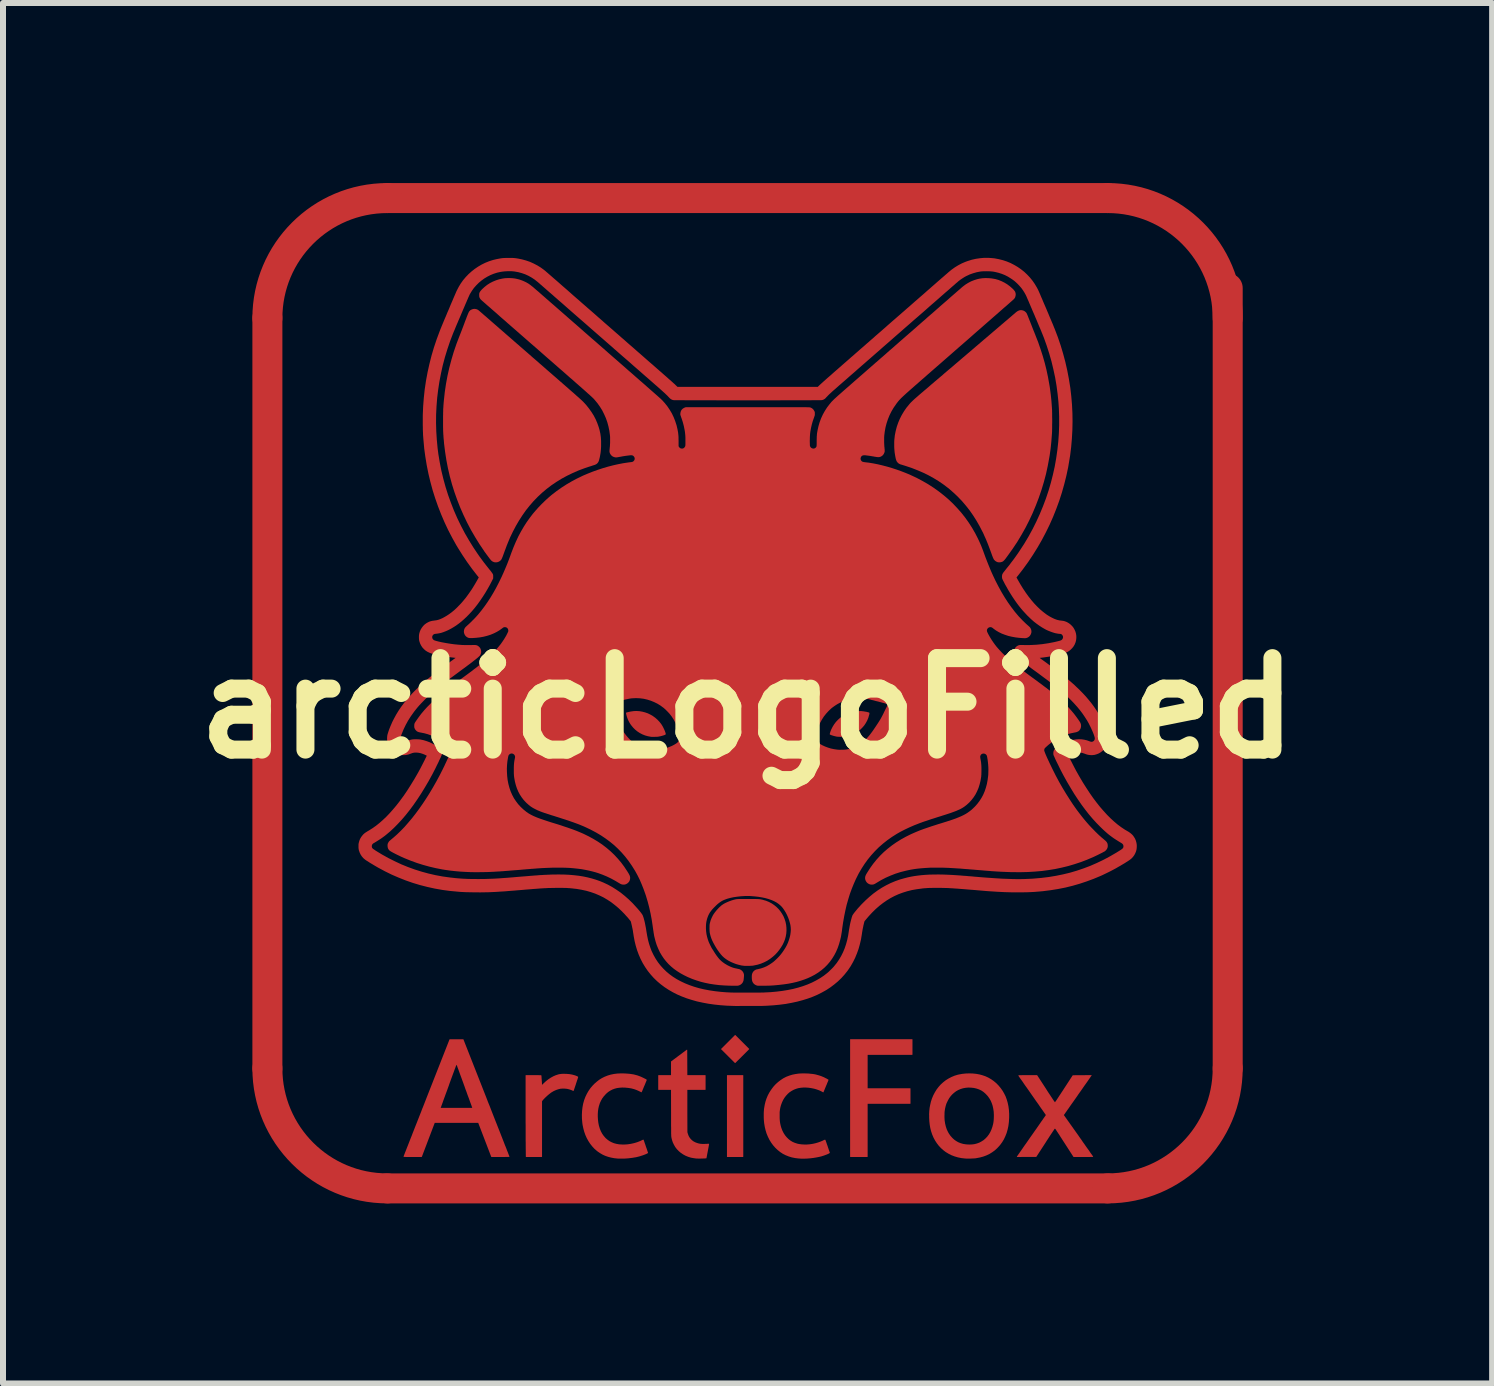
<source format=kicad_pcb>
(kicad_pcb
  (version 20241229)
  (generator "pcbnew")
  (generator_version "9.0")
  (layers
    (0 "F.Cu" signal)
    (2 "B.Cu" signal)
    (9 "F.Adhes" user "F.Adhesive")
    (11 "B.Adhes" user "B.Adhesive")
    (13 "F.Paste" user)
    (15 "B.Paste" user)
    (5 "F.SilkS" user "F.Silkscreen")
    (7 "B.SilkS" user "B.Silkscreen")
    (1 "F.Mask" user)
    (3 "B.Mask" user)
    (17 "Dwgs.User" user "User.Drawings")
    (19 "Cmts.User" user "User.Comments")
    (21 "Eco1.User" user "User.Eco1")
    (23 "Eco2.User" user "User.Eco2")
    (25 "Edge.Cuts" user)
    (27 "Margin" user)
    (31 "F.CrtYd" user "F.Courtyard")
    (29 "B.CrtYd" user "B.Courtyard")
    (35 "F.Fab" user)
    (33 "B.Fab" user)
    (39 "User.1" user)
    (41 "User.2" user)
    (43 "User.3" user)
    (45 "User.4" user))
  (footprint "arcticLogoFilled"
    (layer "F.Cu")
    (at 9.405 8.75)
    (property "Reference" "arcticLogoFilled" (at 0 0 0) (layer "F.SilkS") (effects (font (size 1.524 1.524) (thickness 0.3))))
    (attr through_hole)
    (fp_line (start -8 -6.5) (end -8 6) (stroke (width 0.5) (type solid)) (layer "F.Cu"))
    (fp_line (start -6 -8.5) (end 6 -8.5) (stroke (width 0.5) (type solid)) (layer "F.Cu"))
    (fp_line (start 6 8) (end -6 8) (stroke (width 0.5) (type solid)) (layer "F.Cu"))
    (fp_line (start 8 6) (end 8 -7) (stroke (width 0.5) (type solid)) (layer "F.Cu"))
    (fp_arc (start -8 -6.5) (mid -7.414214 -7.914214) (end -6 -8.5) (stroke (width 0.5) (type solid)) (layer "F.Cu"))
    (fp_arc (start -6 8) (mid -7.414214 7.414214) (end -8 6) (stroke (width 0.5) (type solid)) (layer "F.Cu"))
    (fp_arc (start 6 -8.5) (mid 7.414214 -7.914214) (end 8 -6.5) (stroke (width 0.5) (type solid)) (layer "F.Cu"))
    (fp_arc (start 8 6) (mid 7.414214 7.414214) (end 6 8) (stroke (width 0.5) (type solid)) (layer "F.Cu"))
    (fp_line (start -8 -6.5) (end -8 6) (stroke (width 0.5) (type solid)) (layer "F.Mask"))
    (fp_line (start -6 -8.5) (end 6 -8.5) (stroke (width 0.5) (type solid)) (layer "F.Mask"))
    (fp_line (start 6 8) (end -6 8) (stroke (width 0.5) (type solid)) (layer "F.Mask"))
    (fp_line (start 8 6) (end 8 -7) (stroke (width 0.5) (type solid)) (layer "F.Mask"))
    (fp_arc (start -8 -6.5) (mid -7.414214 -7.914214) (end -6 -8.5) (stroke (width 0.5) (type solid)) (layer "F.Mask"))
    (fp_arc (start -6 8) (mid -7.414214 7.414214) (end -8 6) (stroke (width 0.5) (type solid)) (layer "F.Mask"))
    (fp_arc (start 6 -8.5) (mid 7.414214 -7.914214) (end 8 -6.5) (stroke (width 0.5) (type solid)) (layer "F.Mask"))
    (fp_arc (start 8 6) (mid 7.414214 7.414214) (end 6 8) (stroke (width 0.5) (type solid)) (layer "F.Mask"))
    (fp_poly (pts (xy -6.5 -7) (xy 6.5 -7) (xy 6.5 6.5) (xy -6.5 6.5)) (stroke (width 3) (type solid)) (fill yes) (layer "F.Mask"))
    (pad "1" smd custom (at 0 -1.5) (size 1.524 1.524) (layers "F.Cu" "F.Mask") (options (anchor circle)) (primitives (gr_poly (pts (xy -3.963 -5.662) (xy -3.936 -5.661) (xy -3.909 -5.659) (xy -3.885 -5.656) (xy -3.871 -5.654) (xy -3.835 -5.646) (xy -3.803 -5.638) (xy -3.774 -5.628) (xy -3.745 -5.617) (xy -3.716 -5.604) (xy -3.708 -5.6) (xy -3.695 -5.594) (xy -3.684 -5.588) (xy -3.673 -5.582) (xy -3.662 -5.575) (xy -3.651 -5.569) (xy -3.641 -5.562) (xy -3.629 -5.553) (xy -3.616 -5.544) (xy -3.603 -5.533) (xy -3.587 -5.521) (xy -3.57 -5.507) (xy -3.551 -5.49) (xy -3.529 -5.471) (xy -3.504 -5.45) (xy -3.476 -5.426) (xy -3.445 -5.398) (xy -3.441 -5.395) (xy -3.423 -5.379) (xy -3.401 -5.36) (xy -3.376 -5.338) (xy -3.348 -5.313) (xy -3.317 -5.287) (xy -3.285 -5.258) (xy -3.25 -5.228) (xy -3.214 -5.197) (xy -3.177 -5.164) (xy -3.139 -5.131) (xy -3.1 -5.097) (xy -3.061 -5.063) (xy -3.022 -5.029) (xy -2.984 -4.995) (xy -2.964 -4.978) (xy -2.884 -4.908) (xy -2.808 -4.842) (xy -2.736 -4.778) (xy -2.667 -4.718) (xy -2.601 -4.66) (xy -2.538 -4.606) (xy -2.479 -4.554) (xy -2.422 -4.504) (xy -2.368 -4.457) (xy -2.317 -4.412) (xy -2.269 -4.37) (xy -2.222 -4.329) (xy -2.178 -4.291) (xy -2.136 -4.254) (xy -2.096 -4.219) (xy -2.058 -4.186) (xy -2.022 -4.154) (xy -1.987 -4.123) (xy -1.953 -4.094) (xy -1.921 -4.066) (xy -1.89 -4.039) (xy -1.861 -4.013) (xy -1.832 -3.988) (xy -1.804 -3.963) (xy -1.776 -3.939) (xy -1.749 -3.916) (xy -1.723 -3.893) (xy -1.709 -3.881) (xy -1.678 -3.853) (xy -1.647 -3.826) (xy -1.618 -3.8) (xy -1.589 -3.775) (xy -1.562 -3.751) (xy -1.537 -3.729) (xy -1.513 -3.708) (xy -1.492 -3.689) (xy -1.474 -3.673) (xy -1.458 -3.659) (xy -1.445 -3.647) (xy -1.436 -3.638) (xy -1.43 -3.632) (xy -1.429 -3.632) (xy -1.382 -3.58) (xy -1.339 -3.526) (xy -1.3 -3.468) (xy -1.265 -3.409) (xy -1.235 -3.346) (xy -1.21 -3.282) (xy -1.188 -3.215) (xy -1.172 -3.147) (xy -1.17 -3.136) (xy -1.166 -3.114) (xy -1.162 -3.093) (xy -1.16 -3.073) (xy -1.158 -3.054) (xy -1.156 -3.033) (xy -1.155 -3.011) (xy -1.155 -2.985) (xy -1.154 -2.956) (xy -1.154 -2.948) (xy -1.154 -2.864) (xy -1.147 -2.852) (xy -1.136 -2.838) (xy -1.123 -2.828) (xy -1.107 -2.822) (xy -1.09 -2.821) (xy -1.087 -2.821) (xy -1.069 -2.825) (xy -1.055 -2.834) (xy -1.043 -2.847) (xy -1.036 -2.859) (xy -1.034 -2.863) (xy -1.033 -2.867) (xy -1.032 -2.871) (xy -1.031 -2.876) (xy -1.031 -2.883) (xy -1.03 -2.892) (xy -1.03 -2.905) (xy -1.03 -2.921) (xy -1.03 -2.941) (xy -1.03 -2.953) (xy -1.03 -2.982) (xy -1.03 -3.006) (xy -1.031 -3.028) (xy -1.032 -3.047) (xy -1.034 -3.066) (xy -1.036 -3.085) (xy -1.038 -3.105) (xy -1.042 -3.127) (xy -1.044 -3.139) (xy -1.057 -3.204) (xy -1.074 -3.268) (xy -1.092 -3.324) (xy -1.099 -3.343) (xy -1.104 -3.358) (xy -1.108 -3.37) (xy -1.111 -3.379) (xy -1.113 -3.385) (xy -1.114 -3.391) (xy -1.115 -3.395) (xy -1.115 -3.4) (xy -1.115 -3.403) (xy -1.112 -3.427) (xy -1.106 -3.448) (xy -1.095 -3.468) (xy -1.08 -3.484) (xy -1.061 -3.497) (xy -1.042 -3.506) (xy -1.026 -3.511) (xy 0.087 -3.511) (xy 0.168 -3.511) (xy 0.244 -3.511) (xy 0.316 -3.511) (xy 0.383 -3.511) (xy 0.446 -3.511) (xy 0.504 -3.511) (xy 0.559 -3.511) (xy 0.609 -3.511) (xy 0.656 -3.511) (xy 0.7 -3.511) (xy 0.74 -3.511) (xy 0.776 -3.511) (xy 0.809 -3.511) (xy 0.84 -3.51) (xy 0.867 -3.51) (xy 0.892 -3.51) (xy 0.915 -3.51) (xy 0.934 -3.51) (xy 0.952 -3.51) (xy 0.967 -3.51) (xy 0.981 -3.51) (xy 0.993 -3.509) (xy 1.003 -3.509) (xy 1.011 -3.509) (xy 1.018 -3.509) (xy 1.024 -3.508) (xy 1.029 -3.508) (xy 1.033 -3.508) (xy 1.036 -3.508) (xy 1.039 -3.507) (xy 1.041 -3.507) (xy 1.042 -3.507) (xy 1.044 -3.506) (xy 1.045 -3.506) (xy 1.065 -3.497) (xy 1.083 -3.484) (xy 1.098 -3.467) (xy 1.109 -3.447) (xy 1.113 -3.44) (xy 1.115 -3.434) (xy 1.116 -3.426) (xy 1.116 -3.415) (xy 1.116 -3.407) (xy 1.116 -3.397) (xy 1.116 -3.389) (xy 1.115 -3.382) (xy 1.113 -3.374) (xy 1.11 -3.366) (xy 1.106 -3.354) (xy 1.102 -3.342) (xy 1.082 -3.286) (xy 1.066 -3.229) (xy 1.053 -3.172) (xy 1.042 -3.112) (xy 1.037 -3.073) (xy 1.036 -3.059) (xy 1.035 -3.043) (xy 1.034 -3.024) (xy 1.033 -3.003) (xy 1.033 -2.981) (xy 1.032 -2.96) (xy 1.032 -2.939) (xy 1.033 -2.919) (xy 1.033 -2.901) (xy 1.034 -2.886) (xy 1.034 -2.874) (xy 1.036 -2.867) (xy 1.036 -2.867) (xy 1.043 -2.851) (xy 1.053 -2.839) (xy 1.065 -2.83) (xy 1.08 -2.824) (xy 1.095 -2.821) (xy 1.111 -2.822) (xy 1.125 -2.828) (xy 1.138 -2.837) (xy 1.141 -2.84) (xy 1.145 -2.844) (xy 1.148 -2.848) (xy 1.151 -2.853) (xy 1.153 -2.858) (xy 1.154 -2.864) (xy 1.156 -2.873) (xy 1.156 -2.884) (xy 1.157 -2.898) (xy 1.157 -2.916) (xy 1.157 -2.938) (xy 1.157 -2.948) (xy 1.157 -2.977) (xy 1.158 -3.002) (xy 1.158 -3.024) (xy 1.16 -3.043) (xy 1.161 -3.062) (xy 1.163 -3.08) (xy 1.166 -3.099) (xy 1.17 -3.12) (xy 1.171 -3.127) (xy 1.186 -3.195) (xy 1.205 -3.261) (xy 1.229 -3.326) (xy 1.258 -3.389) (xy 1.291 -3.449) (xy 1.328 -3.507) (xy 1.37 -3.562) (xy 1.39 -3.586) (xy 1.397 -3.595) (xy 1.405 -3.604) (xy 1.414 -3.613) (xy 1.424 -3.623) (xy 1.434 -3.633) (xy 1.446 -3.645) (xy 1.46 -3.658) (xy 1.476 -3.672) (xy 1.493 -3.688) (xy 1.513 -3.706) (xy 1.536 -3.726) (xy 1.561 -3.748) (xy 1.589 -3.773) (xy 1.621 -3.801) (xy 1.656 -3.832) (xy 1.669 -3.843) (xy 1.695 -3.865) (xy 1.724 -3.891) (xy 1.756 -3.919) (xy 1.791 -3.95) (xy 1.828 -3.982) (xy 1.867 -4.016) (xy 1.906 -4.05) (xy 1.946 -4.085) (xy 1.987 -4.121) (xy 2.027 -4.156) (xy 2.067 -4.191) (xy 2.105 -4.224) (xy 2.142 -4.257) (xy 2.145 -4.259) (xy 2.182 -4.291) (xy 2.22 -4.325) (xy 2.26 -4.359) (xy 2.3 -4.394) (xy 2.34 -4.43) (xy 2.38 -4.465) (xy 2.42 -4.499) (xy 2.458 -4.533) (xy 2.495 -4.565) (xy 2.53 -4.596) (xy 2.562 -4.624) (xy 2.592 -4.65) (xy 2.618 -4.673) (xy 2.62 -4.674) (xy 2.642 -4.694) (xy 2.668 -4.716) (xy 2.697 -4.742) (xy 2.729 -4.769) (xy 2.763 -4.799) (xy 2.8 -4.831) (xy 2.838 -4.865) (xy 2.878 -4.9) (xy 2.919 -4.936) (xy 2.961 -4.972) (xy 3.003 -5.01) (xy 3.046 -5.047) (xy 3.089 -5.084) (xy 3.131 -5.121) (xy 3.172 -5.157) (xy 3.186 -5.169) (xy 3.224 -5.203) (xy 3.261 -5.235) (xy 3.298 -5.267) (xy 3.333 -5.297) (xy 3.366 -5.327) (xy 3.398 -5.355) (xy 3.428 -5.381) (xy 3.457 -5.406) (xy 3.483 -5.429) (xy 3.506 -5.449) (xy 3.527 -5.467) (xy 3.546 -5.483) (xy 3.561 -5.497) (xy 3.573 -5.507) (xy 3.582 -5.515) (xy 3.587 -5.519) (xy 3.587 -5.519) (xy 3.63 -5.552) (xy 3.676 -5.581) (xy 3.725 -5.607) (xy 3.775 -5.627) (xy 3.826 -5.643) (xy 3.864 -5.652) (xy 3.911 -5.659) (xy 3.96 -5.662) (xy 4.011 -5.661) (xy 4.061 -5.657) (xy 4.11 -5.649) (xy 4.131 -5.645) (xy 4.182 -5.63) (xy 4.231 -5.61) (xy 4.279 -5.586) (xy 4.325 -5.558) (xy 4.368 -5.526) (xy 4.408 -5.491) (xy 4.421 -5.479) (xy 4.435 -5.463) (xy 4.445 -5.45) (xy 4.453 -5.438) (xy 4.458 -5.425) (xy 4.461 -5.412) (xy 4.462 -5.408) (xy 4.463 -5.387) (xy 4.459 -5.366) (xy 4.453 -5.346) (xy 4.442 -5.329) (xy 4.436 -5.322) (xy 4.435 -5.321) (xy 4.433 -5.319) (xy 4.431 -5.316) (xy 4.427 -5.313) (xy 4.422 -5.309) (xy 4.416 -5.303) (xy 4.409 -5.297) (xy 4.4 -5.289) (xy 4.39 -5.28) (xy 4.378 -5.27) (xy 4.365 -5.258) (xy 4.349 -5.244) (xy 4.332 -5.229) (xy 4.313 -5.212) (xy 4.291 -5.193) (xy 4.267 -5.173) (xy 4.241 -5.15) (xy 4.213 -5.125) (xy 4.182 -5.098) (xy 4.148 -5.068) (xy 4.111 -5.036) (xy 4.072 -5.002) (xy 4.029 -4.964) (xy 3.984 -4.925) (xy 3.935 -4.882) (xy 3.883 -4.836) (xy 3.827 -4.788) (xy 3.768 -4.736) (xy 3.706 -4.681) (xy 3.651 -4.633) (xy 3.581 -4.572) (xy 3.514 -4.514) (xy 3.451 -4.459) (xy 3.392 -4.407) (xy 3.336 -4.358) (xy 3.283 -4.312) (xy 3.233 -4.268) (xy 3.186 -4.227) (xy 3.142 -4.189) (xy 3.101 -4.153) (xy 3.062 -4.119) (xy 3.026 -4.087) (xy 2.992 -4.058) (xy 2.961 -4.03) (xy 2.931 -4.004) (xy 2.903 -3.98) (xy 2.877 -3.957) (xy 2.853 -3.936) (xy 2.831 -3.916) (xy 2.81 -3.898) (xy 2.79 -3.881) (xy 2.771 -3.864) (xy 2.754 -3.849) (xy 2.738 -3.835) (xy 2.731 -3.829) (xy 2.698 -3.8) (xy 2.669 -3.774) (xy 2.642 -3.75) (xy 2.619 -3.729) (xy 2.598 -3.71) (xy 2.579 -3.692) (xy 2.562 -3.676) (xy 2.547 -3.661) (xy 2.534 -3.647) (xy 2.521 -3.633) (xy 2.509 -3.619) (xy 2.498 -3.605) (xy 2.486 -3.59) (xy 2.475 -3.575) (xy 2.471 -3.569) (xy 2.43 -3.51) (xy 2.394 -3.449) (xy 2.362 -3.385) (xy 2.335 -3.319) (xy 2.312 -3.25) (xy 2.294 -3.181) (xy 2.281 -3.109) (xy 2.273 -3.045) (xy 2.272 -3.028) (xy 2.271 -3.006) (xy 2.271 -2.982) (xy 2.271 -2.957) (xy 2.271 -2.932) (xy 2.272 -2.907) (xy 2.273 -2.885) (xy 2.274 -2.866) (xy 2.274 -2.861) (xy 2.277 -2.839) (xy 2.278 -2.821) (xy 2.28 -2.806) (xy 2.28 -2.795) (xy 2.28 -2.786) (xy 2.28 -2.779) (xy 2.279 -2.772) (xy 2.277 -2.766) (xy 2.276 -2.763) (xy 2.267 -2.742) (xy 2.254 -2.723) (xy 2.238 -2.708) (xy 2.235 -2.706) (xy 2.222 -2.699) (xy 2.21 -2.693) (xy 2.198 -2.69) (xy 2.184 -2.688) (xy 2.167 -2.689) (xy 2.148 -2.691) (xy 2.125 -2.695) (xy 2.121 -2.695) (xy 2.097 -2.7) (xy 2.07 -2.704) (xy 2.042 -2.709) (xy 2.014 -2.713) (xy 1.988 -2.716) (xy 1.966 -2.719) (xy 1.965 -2.719) (xy 1.944 -2.72) (xy 1.926 -2.718) (xy 1.912 -2.714) (xy 1.9 -2.706) (xy 1.89 -2.695) (xy 1.886 -2.688) (xy 1.88 -2.672) (xy 1.878 -2.656) (xy 1.881 -2.64) (xy 1.888 -2.625) (xy 1.898 -2.613) (xy 1.911 -2.604) (xy 1.914 -2.602) (xy 1.923 -2.6) (xy 1.935 -2.597) (xy 1.949 -2.595) (xy 1.954 -2.594) (xy 2.023 -2.586) (xy 2.095 -2.574) (xy 2.17 -2.559) (xy 2.246 -2.541) (xy 2.323 -2.521) (xy 2.401 -2.498) (xy 2.478 -2.473) (xy 2.554 -2.446) (xy 2.629 -2.417) (xy 2.702 -2.387) (xy 2.712 -2.382) (xy 2.813 -2.335) (xy 2.911 -2.283) (xy 3.005 -2.229) (xy 3.095 -2.171) (xy 3.182 -2.109) (xy 3.264 -2.045) (xy 3.344 -1.977) (xy 3.419 -1.906) (xy 3.49 -1.831) (xy 3.558 -1.754) (xy 3.622 -1.673) (xy 3.681 -1.59) (xy 3.737 -1.503) (xy 3.788 -1.414) (xy 3.817 -1.358) (xy 3.836 -1.32) (xy 3.854 -1.282) (xy 3.871 -1.244) (xy 3.888 -1.205) (xy 3.904 -1.164) (xy 3.921 -1.12) (xy 3.933 -1.086) (xy 3.959 -1.015) (xy 3.985 -0.948) (xy 4.01 -0.885) (xy 4.035 -0.824) (xy 4.06 -0.765) (xy 4.086 -0.708) (xy 4.113 -0.651) (xy 4.124 -0.627) (xy 4.175 -0.528) (xy 4.227 -0.433) (xy 4.281 -0.343) (xy 4.336 -0.258) (xy 4.393 -0.178) (xy 4.451 -0.102) (xy 4.511 -0.031) (xy 4.573 0.035) (xy 4.636 0.096) (xy 4.664 0.121) (xy 4.678 0.133) (xy 4.688 0.142) (xy 4.695 0.149) (xy 4.701 0.155) (xy 4.705 0.161) (xy 4.709 0.166) (xy 4.712 0.173) (xy 4.714 0.176) (xy 4.722 0.196) (xy 4.725 0.218) (xy 4.724 0.239) (xy 4.718 0.259) (xy 4.709 0.277) (xy 4.697 0.294) (xy 4.681 0.308) (xy 4.663 0.319) (xy 4.642 0.326) (xy 4.637 0.327) (xy 4.626 0.328) (xy 4.611 0.328) (xy 4.593 0.327) (xy 4.572 0.326) (xy 4.549 0.324) (xy 4.524 0.322) (xy 4.499 0.319) (xy 4.474 0.316) (xy 4.46 0.314) (xy 4.4 0.303) (xy 4.342 0.289) (xy 4.288 0.271) (xy 4.236 0.251) (xy 4.189 0.228) (xy 4.145 0.202) (xy 4.107 0.175) (xy 4.092 0.163) (xy 4.081 0.155) (xy 4.071 0.149) (xy 4.062 0.146) (xy 4.054 0.144) (xy 4.046 0.144) (xy 4.03 0.146) (xy 4.015 0.152) (xy 4.002 0.162) (xy 3.992 0.174) (xy 3.985 0.189) (xy 3.983 0.204) (xy 3.984 0.213) (xy 3.986 0.224) (xy 3.992 0.238) (xy 4 0.255) (xy 4.01 0.274) (xy 4.022 0.296) (xy 4.035 0.319) (xy 4.05 0.343) (xy 4.065 0.368) (xy 4.073 0.379) (xy 4.096 0.413) (xy 4.12 0.446) (xy 4.145 0.478) (xy 4.172 0.509) (xy 4.201 0.541) (xy 4.233 0.575) (xy 4.254 0.596) (xy 4.276 0.618) (xy 4.297 0.639) (xy 4.319 0.659) (xy 4.342 0.68) (xy 4.365 0.7) (xy 4.389 0.721) (xy 4.414 0.742) (xy 4.441 0.764) (xy 4.47 0.788) (xy 4.501 0.812) (xy 4.534 0.838) (xy 4.57 0.866) (xy 4.61 0.895) (xy 4.652 0.927) (xy 4.698 0.961) (xy 4.748 0.998) (xy 4.749 0.998) (xy 4.787 1.026) (xy 4.82 1.05) (xy 4.85 1.073) (xy 4.878 1.093) (xy 4.902 1.111) (xy 4.924 1.128) (xy 4.944 1.143) (xy 4.963 1.157) (xy 4.981 1.17) (xy 4.997 1.183) (xy 5.014 1.196) (xy 5.03 1.208) (xy 5.046 1.221) (xy 5.063 1.235) (xy 5.064 1.236) (xy 5.13 1.29) (xy 5.191 1.342) (xy 5.247 1.394) (xy 5.3 1.445) (xy 5.349 1.495) (xy 5.394 1.546) (xy 5.436 1.596) (xy 5.475 1.648) (xy 5.512 1.699) (xy 5.513 1.701) (xy 5.521 1.713) (xy 5.529 1.725) (xy 5.535 1.735) (xy 5.54 1.742) (xy 5.541 1.745) (xy 5.549 1.766) (xy 5.552 1.787) (xy 5.551 1.81) (xy 5.546 1.831) (xy 5.537 1.85) (xy 5.534 1.854) (xy 5.523 1.868) (xy 5.511 1.879) (xy 5.495 1.887) (xy 5.477 1.894) (xy 5.455 1.899) (xy 5.444 1.901) (xy 5.385 1.913) (xy 5.326 1.929) (xy 5.269 1.951) (xy 5.211 1.977) (xy 5.154 2.008) (xy 5.109 2.035) (xy 5.087 2.05) (xy 5.065 2.065) (xy 5.043 2.081) (xy 5.022 2.097) (xy 5.003 2.113) (xy 4.986 2.128) (xy 4.971 2.142) (xy 4.958 2.154) (xy 4.949 2.164) (xy 4.944 2.171) (xy 4.941 2.18) (xy 4.939 2.19) (xy 4.938 2.195) (xy 4.938 2.199) (xy 4.938 2.205) (xy 4.94 2.212) (xy 4.942 2.22) (xy 4.946 2.23) (xy 4.951 2.243) (xy 4.957 2.259) (xy 4.965 2.278) (xy 4.975 2.301) (xy 4.984 2.322) (xy 5.032 2.425) (xy 5.082 2.528) (xy 5.134 2.631) (xy 5.188 2.732) (xy 5.244 2.83) (xy 5.302 2.926) (xy 5.361 3.019) (xy 5.42 3.109) (xy 5.48 3.194) (xy 5.513 3.238) (xy 5.557 3.295) (xy 5.6 3.349) (xy 5.642 3.399) (xy 5.684 3.447) (xy 5.727 3.493) (xy 5.772 3.539) (xy 5.792 3.56) (xy 5.813 3.58) (xy 5.831 3.598) (xy 5.847 3.613) (xy 5.862 3.627) (xy 5.877 3.64) (xy 5.892 3.654) (xy 5.909 3.668) (xy 5.928 3.684) (xy 5.931 3.686) (xy 5.949 3.702) (xy 5.964 3.715) (xy 5.975 3.727) (xy 5.983 3.738) (xy 5.989 3.749) (xy 5.993 3.76) (xy 5.995 3.772) (xy 5.996 3.776) (xy 5.997 3.799) (xy 5.993 3.821) (xy 5.984 3.842) (xy 5.971 3.86) (xy 5.954 3.876) (xy 5.947 3.881) (xy 5.94 3.885) (xy 5.928 3.891) (xy 5.914 3.899) (xy 5.897 3.908) (xy 5.878 3.917) (xy 5.858 3.927) (xy 5.837 3.938) (xy 5.816 3.948) (xy 5.795 3.958) (xy 5.776 3.967) (xy 5.759 3.975) (xy 5.752 3.978) (xy 5.651 4.021) (xy 5.548 4.06) (xy 5.445 4.094) (xy 5.34 4.125) (xy 5.233 4.151) (xy 5.125 4.174) (xy 5.014 4.192) (xy 4.901 4.207) (xy 4.785 4.217) (xy 4.667 4.224) (xy 4.545 4.227) (xy 4.421 4.226) (xy 4.395 4.226) (xy 4.367 4.225) (xy 4.34 4.224) (xy 4.315 4.223) (xy 4.29 4.222) (xy 4.265 4.221) (xy 4.24 4.22) (xy 4.215 4.219) (xy 4.189 4.217) (xy 4.163 4.216) (xy 4.134 4.214) (xy 4.104 4.212) (xy 4.072 4.21) (xy 4.038 4.207) (xy 4.001 4.204) (xy 3.96 4.201) (xy 3.916 4.197) (xy 3.868 4.193) (xy 3.816 4.189) (xy 3.76 4.184) (xy 3.733 4.182) (xy 3.704 4.18) (xy 3.675 4.177) (xy 3.646 4.175) (xy 3.619 4.173) (xy 3.593 4.171) (xy 3.57 4.169) (xy 3.551 4.167) (xy 3.535 4.166) (xy 3.528 4.166) (xy 3.436 4.16) (xy 3.349 4.155) (xy 3.265 4.152) (xy 3.186 4.151) (xy 3.111 4.151) (xy 3.039 4.152) (xy 2.97 4.156) (xy 2.904 4.161) (xy 2.84 4.167) (xy 2.779 4.175) (xy 2.719 4.185) (xy 2.662 4.197) (xy 2.635 4.203) (xy 2.548 4.225) (xy 2.463 4.252) (xy 2.381 4.284) (xy 2.301 4.319) (xy 2.224 4.359) (xy 2.152 4.402) (xy 2.136 4.412) (xy 2.124 4.419) (xy 2.114 4.424) (xy 2.106 4.428) (xy 2.098 4.431) (xy 2.09 4.432) (xy 2.085 4.433) (xy 2.063 4.434) (xy 2.042 4.431) (xy 2.023 4.423) (xy 2.005 4.412) (xy 1.99 4.398) (xy 1.978 4.381) (xy 1.969 4.362) (xy 1.964 4.341) (xy 1.964 4.32) (xy 1.965 4.31) (xy 1.968 4.301) (xy 1.971 4.291) (xy 1.976 4.28) (xy 1.983 4.266) (xy 1.993 4.25) (xy 1.999 4.24) (xy 2.047 4.165) (xy 2.098 4.094) (xy 2.153 4.026) (xy 2.211 3.962) (xy 2.273 3.901) (xy 2.339 3.844) (xy 2.408 3.79) (xy 2.481 3.739) (xy 2.558 3.691) (xy 2.639 3.646) (xy 2.669 3.631) (xy 2.701 3.615) (xy 2.732 3.6) (xy 2.764 3.586) (xy 2.796 3.572) (xy 2.829 3.558) (xy 2.863 3.544) (xy 2.9 3.53) (xy 2.938 3.516) (xy 2.979 3.502) (xy 3.023 3.487) (xy 3.07 3.471) (xy 3.121 3.455) (xy 3.176 3.437) (xy 3.223 3.423) (xy 3.258 3.412) (xy 3.289 3.402) (xy 3.316 3.394) (xy 3.339 3.386) (xy 3.36 3.38) (xy 3.378 3.374) (xy 3.395 3.368) (xy 3.41 3.363) (xy 3.424 3.358) (xy 3.438 3.353) (xy 3.452 3.348) (xy 3.467 3.343) (xy 3.472 3.341) (xy 3.519 3.322) (xy 3.562 3.304) (xy 3.601 3.285) (xy 3.638 3.265) (xy 3.671 3.244) (xy 3.703 3.221) (xy 3.734 3.197) (xy 3.764 3.169) (xy 3.791 3.143) (xy 3.832 3.097) (xy 3.869 3.048) (xy 3.902 2.997) (xy 3.931 2.943) (xy 3.956 2.885) (xy 3.976 2.825) (xy 3.993 2.762) (xy 4.005 2.696) (xy 4.014 2.627) (xy 4.016 2.604) (xy 4.017 2.565) (xy 4.018 2.524) (xy 4.017 2.482) (xy 4.014 2.439) (xy 4.01 2.398) (xy 4.005 2.358) (xy 3.999 2.322) (xy 3.996 2.306) (xy 3.993 2.293) (xy 3.989 2.284) (xy 3.984 2.276) (xy 3.978 2.269) (xy 3.974 2.265) (xy 3.959 2.256) (xy 3.944 2.251) (xy 3.929 2.25) (xy 3.913 2.253) (xy 3.899 2.259) (xy 3.887 2.269) (xy 3.878 2.282) (xy 3.873 2.298) (xy 3.872 2.303) (xy 3.871 2.312) (xy 3.873 2.324) (xy 3.875 2.338) (xy 3.875 2.34) (xy 3.88 2.365) (xy 3.884 2.389) (xy 3.887 2.412) (xy 3.889 2.436) (xy 3.891 2.462) (xy 3.892 2.49) (xy 3.892 2.522) (xy 3.892 2.529) (xy 3.892 2.557) (xy 3.891 2.581) (xy 3.891 2.603) (xy 3.889 2.622) (xy 3.888 2.641) (xy 3.885 2.659) (xy 3.882 2.678) (xy 3.878 2.7) (xy 3.876 2.712) (xy 3.861 2.771) (xy 3.843 2.828) (xy 3.82 2.882) (xy 3.794 2.933) (xy 3.763 2.981) (xy 3.728 3.026) (xy 3.69 3.068) (xy 3.648 3.106) (xy 3.621 3.127) (xy 3.605 3.139) (xy 3.588 3.15) (xy 3.57 3.161) (xy 3.55 3.172) (xy 3.528 3.183) (xy 3.504 3.193) (xy 3.478 3.205) (xy 3.449 3.216) (xy 3.416 3.228) (xy 3.381 3.241) (xy 3.341 3.254) (xy 3.298 3.268) (xy 3.25 3.283) (xy 3.214 3.295) (xy 3.174 3.307) (xy 3.134 3.32) (xy 3.094 3.333) (xy 3.055 3.345) (xy 3.017 3.358) (xy 2.982 3.37) (xy 2.948 3.381) (xy 2.918 3.391) (xy 2.892 3.401) (xy 2.869 3.409) (xy 2.864 3.411) (xy 2.777 3.445) (xy 2.694 3.481) (xy 2.616 3.518) (xy 2.542 3.556) (xy 2.481 3.591) (xy 2.402 3.641) (xy 2.326 3.695) (xy 2.254 3.752) (xy 2.185 3.812) (xy 2.12 3.877) (xy 2.058 3.945) (xy 2 4.016) (xy 1.946 4.091) (xy 1.895 4.17) (xy 1.847 4.252) (xy 1.804 4.338) (xy 1.8 4.346) (xy 1.764 4.427) (xy 1.731 4.509) (xy 1.7 4.594) (xy 1.673 4.682) (xy 1.647 4.773) (xy 1.625 4.868) (xy 1.605 4.966) (xy 1.587 5.069) (xy 1.573 5.165) (xy 1.569 5.198) (xy 1.565 5.226) (xy 1.561 5.251) (xy 1.557 5.274) (xy 1.554 5.294) (xy 1.55 5.314) (xy 1.545 5.334) (xy 1.54 5.355) (xy 1.539 5.359) (xy 1.52 5.428) (xy 1.497 5.494) (xy 1.47 5.557) (xy 1.439 5.616) (xy 1.404 5.672) (xy 1.366 5.724) (xy 1.324 5.773) (xy 1.278 5.819) (xy 1.228 5.861) (xy 1.175 5.9) (xy 1.117 5.936) (xy 1.06 5.966) (xy 1.004 5.992) (xy 0.945 6.015) (xy 0.883 6.036) (xy 0.818 6.055) (xy 0.749 6.071) (xy 0.677 6.085) (xy 0.601 6.096) (xy 0.521 6.105) (xy 0.437 6.113) (xy 0.405 6.115) (xy 0.386 6.116) (xy 0.365 6.117) (xy 0.343 6.117) (xy 0.319 6.118) (xy 0.295 6.119) (xy 0.271 6.119) (xy 0.248 6.119) (xy 0.227 6.119) (xy 0.207 6.119) (xy 0.191 6.119) (xy 0.178 6.119) (xy 0.169 6.118) (xy 0.166 6.118) (xy 0.144 6.111) (xy 0.124 6.1) (xy 0.107 6.086) (xy 0.094 6.069) (xy 0.084 6.049) (xy 0.079 6.029) (xy 0.078 6.021) (xy 0.077 6.009) (xy 0.076 5.995) (xy 0.076 5.981) (xy 0.076 5.978) (xy 0.076 5.962) (xy 0.077 5.95) (xy 0.078 5.94) (xy 0.08 5.931) (xy 0.081 5.927) (xy 0.09 5.906) (xy 0.103 5.887) (xy 0.12 5.872) (xy 0.14 5.861) (xy 0.147 5.858) (xy 0.158 5.856) (xy 0.17 5.853) (xy 0.18 5.851) (xy 0.228 5.839) (xy 0.275 5.823) (xy 0.321 5.803) (xy 0.366 5.777) (xy 0.411 5.747) (xy 0.445 5.721) (xy 0.457 5.71) (xy 0.472 5.696) (xy 0.489 5.68) (xy 0.506 5.663) (xy 0.522 5.646) (xy 0.538 5.629) (xy 0.551 5.614) (xy 0.559 5.604) (xy 0.585 5.57) (xy 0.611 5.532) (xy 0.635 5.494) (xy 0.656 5.456) (xy 0.661 5.446) (xy 0.679 5.406) (xy 0.694 5.364) (xy 0.707 5.321) (xy 0.717 5.278) (xy 0.723 5.236) (xy 0.726 5.196) (xy 0.726 5.186) (xy 0.724 5.149) (xy 0.719 5.111) (xy 0.709 5.07) (xy 0.697 5.029) (xy 0.682 4.988) (xy 0.664 4.947) (xy 0.644 4.907) (xy 0.621 4.869) (xy 0.597 4.834) (xy 0.58 4.812) (xy 0.552 4.783) (xy 0.521 4.757) (xy 0.485 4.732) (xy 0.444 4.71) (xy 0.4 4.691) (xy 0.351 4.674) (xy 0.299 4.659) (xy 0.242 4.647) (xy 0.182 4.637) (xy 0.118 4.63) (xy 0.08 4.627) (xy 0.058 4.625) (xy 0.041 4.624) (xy 0.027 4.623) (xy 0.014 4.623) (xy 0.003 4.623) (xy -0.009 4.623) (xy -0.021 4.623) (xy -0.035 4.624) (xy -0.046 4.624) (xy -0.111 4.628) (xy -0.172 4.635) (xy -0.229 4.643) (xy -0.282 4.654) (xy -0.331 4.667) (xy -0.355 4.675) (xy -0.384 4.686) (xy -0.41 4.697) (xy -0.434 4.71) (xy -0.457 4.725) (xy -0.481 4.742) (xy -0.505 4.762) (xy -0.531 4.786) (xy -0.539 4.794) (xy -0.568 4.823) (xy -0.593 4.85) (xy -0.614 4.877) (xy -0.633 4.903) (xy -0.648 4.93) (xy -0.661 4.957) (xy -0.672 4.987) (xy -0.673 4.988) (xy -0.683 5.023) (xy -0.691 5.058) (xy -0.696 5.095) (xy -0.698 5.134) (xy -0.698 5.172) (xy -0.695 5.22) (xy -0.689 5.265) (xy -0.679 5.31) (xy -0.666 5.355) (xy -0.656 5.383) (xy -0.652 5.394) (xy -0.646 5.408) (xy -0.639 5.423) (xy -0.631 5.44) (xy -0.623 5.457) (xy -0.614 5.474) (xy -0.607 5.489) (xy -0.6 5.501) (xy -0.594 5.511) (xy -0.59 5.517) (xy -0.586 5.523) (xy -0.579 5.533) (xy -0.572 5.544) (xy -0.569 5.55) (xy -0.543 5.591) (xy -0.518 5.627) (xy -0.493 5.66) (xy -0.468 5.689) (xy -0.441 5.715) (xy -0.413 5.738) (xy -0.383 5.759) (xy -0.35 5.779) (xy -0.342 5.784) (xy -0.308 5.801) (xy -0.277 5.815) (xy -0.246 5.827) (xy -0.214 5.836) (xy -0.18 5.843) (xy -0.163 5.847) (xy -0.142 5.851) (xy -0.126 5.857) (xy -0.112 5.865) (xy -0.099 5.875) (xy -0.098 5.876) (xy -0.084 5.891) (xy -0.075 5.906) (xy -0.068 5.923) (xy -0.067 5.928) (xy -0.065 5.936) (xy -0.064 5.943) (xy -0.064 5.95) (xy -0.064 5.959) (xy -0.065 5.972) (xy -0.066 5.982) (xy -0.067 5.997) (xy -0.069 6.011) (xy -0.07 6.022) (xy -0.071 6.031) (xy -0.071 6.032) (xy -0.078 6.053) (xy -0.088 6.072) (xy -0.103 6.089) (xy -0.12 6.102) (xy -0.14 6.112) (xy -0.157 6.117) (xy -0.165 6.118) (xy -0.176 6.119) (xy -0.192 6.119) (xy -0.211 6.119) (xy -0.232 6.119) (xy -0.256 6.119) (xy -0.282 6.118) (xy -0.297 6.118) (xy -0.387 6.114) (xy -0.472 6.108) (xy -0.554 6.098) (xy -0.633 6.086) (xy -0.709 6.07) (xy -0.781 6.052) (xy -0.851 6.03) (xy -0.919 6.006) (xy -0.924 6.004) (xy -0.993 5.975) (xy -1.056 5.944) (xy -1.116 5.911) (xy -1.171 5.876) (xy -1.223 5.839) (xy -1.271 5.799) (xy -1.315 5.757) (xy -1.356 5.711) (xy -1.39 5.668) (xy -1.424 5.618) (xy -1.456 5.564) (xy -1.483 5.506) (xy -1.508 5.446) (xy -1.528 5.383) (xy -1.545 5.317) (xy -1.546 5.312) (xy -1.549 5.3) (xy -1.552 5.287) (xy -1.554 5.273) (xy -1.557 5.256) (xy -1.56 5.238) (xy -1.563 5.216) (xy -1.567 5.191) (xy -1.571 5.162) (xy -1.576 5.128) (xy -1.576 5.126) (xy -1.592 5.02) (xy -1.611 4.919) (xy -1.633 4.82) (xy -1.658 4.724) (xy -1.686 4.63) (xy -1.698 4.594) (xy -1.728 4.51) (xy -1.76 4.43) (xy -1.793 4.353) (xy -1.83 4.279) (xy -1.869 4.208) (xy -1.912 4.139) (xy -1.927 4.116) (xy -1.979 4.041) (xy -2.034 3.97) (xy -2.093 3.902) (xy -2.155 3.838) (xy -2.22 3.777) (xy -2.29 3.72) (xy -2.363 3.666) (xy -2.439 3.615) (xy -2.52 3.567) (xy -2.605 3.522) (xy -2.608 3.52) (xy -2.64 3.505) (xy -2.671 3.49) (xy -2.701 3.476) (xy -2.732 3.462) (xy -2.764 3.449) (xy -2.797 3.435) (xy -2.831 3.422) (xy -2.867 3.409) (xy -2.905 3.395) (xy -2.946 3.381) (xy -2.989 3.366) (xy -3.037 3.35) (xy -3.088 3.334) (xy -3.143 3.316) (xy -3.184 3.303) (xy -3.228 3.289) (xy -3.268 3.277) (xy -3.303 3.265) (xy -3.335 3.255) (xy -3.364 3.245) (xy -3.39 3.237) (xy -3.413 3.229) (xy -3.434 3.221) (xy -3.453 3.214) (xy -3.47 3.207) (xy -3.487 3.2) (xy -3.503 3.193) (xy -3.518 3.185) (xy -3.529 3.18) (xy -3.571 3.158) (xy -3.609 3.134) (xy -3.644 3.106) (xy -3.679 3.075) (xy -3.689 3.065) (xy -3.727 3.024) (xy -3.76 2.981) (xy -3.79 2.935) (xy -3.816 2.886) (xy -3.838 2.834) (xy -3.856 2.779) (xy -3.871 2.721) (xy -3.882 2.659) (xy -3.886 2.63) (xy -3.887 2.618) (xy -3.888 2.601) (xy -3.889 2.58) (xy -3.889 2.556) (xy -3.889 2.53) (xy -3.889 2.527) (xy -3.889 2.49) (xy -3.888 2.456) (xy -3.886 2.426) (xy -3.883 2.398) (xy -3.879 2.371) (xy -3.873 2.343) (xy -3.873 2.342) (xy -3.87 2.326) (xy -3.868 2.313) (xy -3.869 2.303) (xy -3.871 2.294) (xy -3.874 2.286) (xy -3.883 2.271) (xy -3.896 2.26) (xy -3.91 2.253) (xy -3.925 2.249) (xy -3.941 2.25) (xy -3.957 2.255) (xy -3.971 2.265) (xy -3.977 2.271) (xy -3.983 2.278) (xy -3.987 2.286) (xy -3.99 2.297) (xy -3.994 2.31) (xy -3.996 2.324) (xy -4.006 2.382) (xy -4.012 2.443) (xy -4.015 2.506) (xy -4.014 2.559) (xy -4.01 2.63) (xy -4.002 2.699) (xy -3.989 2.765) (xy -3.972 2.828) (xy -3.951 2.889) (xy -3.926 2.946) (xy -3.897 3.001) (xy -3.863 3.052) (xy -3.826 3.101) (xy -3.784 3.147) (xy -3.738 3.19) (xy -3.689 3.23) (xy -3.671 3.242) (xy -3.653 3.255) (xy -3.634 3.266) (xy -3.613 3.278) (xy -3.591 3.289) (xy -3.567 3.301) (xy -3.541 3.312) (xy -3.513 3.324) (xy -3.482 3.336) (xy -3.448 3.348) (xy -3.41 3.361) (xy -3.369 3.375) (xy -3.324 3.39) (xy -3.274 3.406) (xy -3.228 3.42) (xy -3.166 3.439) (xy -3.109 3.457) (xy -3.057 3.475) (xy -3.008 3.491) (xy -2.962 3.507) (xy -2.919 3.522) (xy -2.879 3.537) (xy -2.841 3.552) (xy -2.805 3.567) (xy -2.771 3.581) (xy -2.737 3.596) (xy -2.704 3.612) (xy -2.672 3.628) (xy -2.655 3.636) (xy -2.574 3.68) (xy -2.496 3.727) (xy -2.423 3.776) (xy -2.354 3.829) (xy -2.288 3.885) (xy -2.226 3.944) (xy -2.167 4.007) (xy -2.111 4.073) (xy -2.059 4.143) (xy -2.01 4.217) (xy -1.996 4.239) (xy -1.985 4.257) (xy -1.977 4.272) (xy -1.971 4.284) (xy -1.966 4.295) (xy -1.964 4.305) (xy -1.962 4.314) (xy -1.961 4.32) (xy -1.962 4.343) (xy -1.967 4.364) (xy -1.976 4.384) (xy -1.989 4.4) (xy -2.005 4.414) (xy -2.023 4.425) (xy -2.043 4.432) (xy -2.065 4.434) (xy -2.081 4.433) (xy -2.092 4.431) (xy -2.102 4.428) (xy -2.112 4.424) (xy -2.123 4.418) (xy -2.137 4.409) (xy -2.138 4.409) (xy -2.203 4.37) (xy -2.271 4.333) (xy -2.342 4.299) (xy -2.414 4.269) (xy -2.486 4.243) (xy -2.53 4.229) (xy -2.586 4.214) (xy -2.644 4.2) (xy -2.703 4.188) (xy -2.763 4.177) (xy -2.825 4.169) (xy -2.89 4.162) (xy -2.957 4.156) (xy -3.027 4.153) (xy -3.1 4.151) (xy -3.176 4.151) (xy -3.256 4.152) (xy -3.34 4.155) (xy -3.428 4.159) (xy -3.52 4.165) (xy -3.525 4.166) (xy -3.538 4.167) (xy -3.555 4.168) (xy -3.576 4.17) (xy -3.6 4.171) (xy -3.627 4.174) (xy -3.655 4.176) (xy -3.684 4.178) (xy -3.713 4.181) (xy -3.731 4.182) (xy -3.783 4.187) (xy -3.831 4.191) (xy -3.874 4.194) (xy -3.913 4.197) (xy -3.949 4.2) (xy -3.981 4.203) (xy -4.01 4.205) (xy -4.037 4.207) (xy -4.062 4.209) (xy -4.085 4.211) (xy -4.106 4.212) (xy -4.127 4.214) (xy -4.147 4.215) (xy -4.166 4.216) (xy -4.185 4.217) (xy -4.205 4.218) (xy -4.213 4.219) (xy -4.318 4.224) (xy -4.419 4.226) (xy -4.516 4.227) (xy -4.609 4.226) (xy -4.7 4.222) (xy -4.788 4.217) (xy -4.874 4.209) (xy -4.958 4.2) (xy -5.041 4.188) (xy -5.084 4.181) (xy -5.191 4.16) (xy -5.298 4.135) (xy -5.403 4.106) (xy -5.508 4.073) (xy -5.612 4.035) (xy -5.718 3.992) (xy -5.733 3.985) (xy -5.753 3.976) (xy -5.774 3.967) (xy -5.796 3.956) (xy -5.819 3.945) (xy -5.842 3.934) (xy -5.864 3.923) (xy -5.885 3.912) (xy -5.905 3.902) (xy -5.922 3.892) (xy -5.937 3.884) (xy -5.948 3.877) (xy -5.956 3.872) (xy -5.958 3.871) (xy -5.974 3.854) (xy -5.985 3.835) (xy -5.991 3.814) (xy -5.993 3.791) (xy -5.993 3.784) (xy -5.992 3.772) (xy -5.991 3.763) (xy -5.988 3.755) (xy -5.982 3.744) (xy -5.982 3.743) (xy -5.98 3.738) (xy -5.977 3.734) (xy -5.975 3.73) (xy -5.972 3.726) (xy -5.969 3.722) (xy -5.964 3.717) (xy -5.957 3.711) (xy -5.948 3.703) (xy -5.937 3.693) (xy -5.922 3.681) (xy -5.905 3.666) (xy -5.898 3.661) (xy -5.836 3.606) (xy -5.774 3.546) (xy -5.712 3.482) (xy -5.651 3.412) (xy -5.589 3.339) (xy -5.528 3.261) (xy -5.468 3.18) (xy -5.408 3.094) (xy -5.349 3.005) (xy -5.291 2.913) (xy -5.234 2.817) (xy -5.178 2.718) (xy -5.123 2.616) (xy -5.073 2.517) (xy -5.06 2.49) (xy -5.046 2.462) (xy -5.033 2.433) (xy -5.019 2.404) (xy -5.006 2.375) (xy -4.993 2.347) (xy -4.98 2.32) (xy -4.969 2.294) (xy -4.959 2.272) (xy -4.951 2.252) (xy -4.944 2.235) (xy -4.939 2.222) (xy -4.939 2.22) (xy -4.935 2.203) (xy -4.936 2.187) (xy -4.938 2.18) (xy -4.942 2.171) (xy -4.95 2.16) (xy -4.962 2.148) (xy -4.977 2.133) (xy -4.995 2.118) (xy -5.015 2.101) (xy -5.038 2.083) (xy -5.063 2.065) (xy -5.089 2.047) (xy -5.096 2.042) (xy -5.119 2.027) (xy -5.14 2.014) (xy -5.159 2.003) (xy -5.178 1.992) (xy -5.198 1.982) (xy -5.22 1.971) (xy -5.222 1.97) (xy -5.275 1.947) (xy -5.327 1.928) (xy -5.381 1.913) (xy -5.435 1.902) (xy -5.457 1.898) (xy -5.474 1.894) (xy -5.489 1.889) (xy -5.501 1.883) (xy -5.511 1.876) (xy -5.519 1.868) (xy -5.529 1.857) (xy -5.537 1.844) (xy -5.54 1.838) (xy -5.544 1.83) (xy -5.546 1.824) (xy -5.547 1.817) (xy -5.548 1.809) (xy -5.548 1.797) (xy -5.548 1.793) (xy -5.548 1.782) (xy -5.547 1.772) (xy -5.546 1.764) (xy -5.543 1.755) (xy -5.539 1.746) (xy -5.533 1.736) (xy -5.524 1.722) (xy -5.515 1.709) (xy -5.475 1.652) (xy -5.432 1.595) (xy -5.385 1.539) (xy -5.334 1.483) (xy -5.281 1.43) (xy -2.338 1.43) (xy -2.338 1.432) (xy -2.335 1.439) (xy -2.33 1.448) (xy -2.325 1.46) (xy -2.318 1.474) (xy -2.317 1.476) (xy -2.308 1.494) (xy -2.298 1.515) (xy -2.287 1.537) (xy -2.277 1.557) (xy -2.272 1.569) (xy -2.254 1.606) (xy -2.236 1.64) (xy -2.217 1.674) (xy -2.196 1.708) (xy -2.174 1.744) (xy -2.172 1.748) (xy -2.144 1.789) (xy -2.12 1.826) (xy -2.097 1.86) (xy -2.075 1.89) (xy -2.055 1.918) (xy -2.036 1.943) (xy -2.018 1.966) (xy -2 1.987) (xy -1.982 2.006) (xy -1.964 2.025) (xy -1.961 2.028) (xy -1.92 2.066) (xy -1.879 2.098) (xy -1.836 2.126) (xy -1.791 2.15) (xy -1.745 2.168) (xy -1.696 2.182) (xy -1.646 2.192) (xy -1.604 2.197) (xy -1.592 2.197) (xy -1.577 2.198) (xy -1.558 2.197) (xy -1.538 2.197) (xy -1.518 2.196) (xy -1.499 2.195) (xy -1.482 2.194) (xy -1.468 2.193) (xy -1.463 2.192) (xy -1.411 2.183) (xy -1.359 2.17) (xy -1.309 2.153) (xy -1.261 2.134) (xy -1.217 2.111) (xy -1.189 2.094) (xy -1.167 2.078) (xy -1.151 2.061) (xy -1.139 2.041) (xy -1.132 2.02) (xy -1.129 1.999) (xy 1.137 1.999) (xy 1.14 2.023) (xy 1.148 2.044) (xy 1.16 2.063) (xy 1.177 2.08) (xy 1.198 2.096) (xy 1.2 2.097) (xy 1.245 2.122) (xy 1.291 2.143) (xy 1.339 2.161) (xy 1.388 2.176) (xy 1.44 2.187) (xy 1.496 2.195) (xy 1.515 2.197) (xy 1.523 2.197) (xy 1.536 2.198) (xy 1.551 2.197) (xy 1.568 2.197) (xy 1.586 2.197) (xy 1.603 2.196) (xy 1.619 2.195) (xy 1.633 2.194) (xy 1.643 2.193) (xy 1.643 2.193) (xy 1.695 2.184) (xy 1.744 2.171) (xy 1.791 2.153) (xy 1.836 2.13) (xy 1.879 2.103) (xy 1.921 2.071) (xy 1.962 2.035) (xy 1.971 2.026) (xy 1.99 2.006) (xy 2.009 1.984) (xy 2.029 1.961) (xy 2.049 1.936) (xy 2.07 1.908) (xy 2.092 1.878) (xy 2.115 1.844) (xy 2.14 1.807) (xy 2.167 1.766) (xy 2.181 1.745) (xy 2.201 1.713) (xy 2.219 1.684) (xy 2.234 1.657) (xy 2.248 1.631) (xy 2.261 1.606) (xy 2.266 1.595) (xy 2.271 1.586) (xy 2.277 1.572) (xy 2.285 1.556) (xy 2.294 1.538) (xy 2.303 1.519) (xy 2.312 1.5) (xy 2.313 1.499) (xy 2.322 1.482) (xy 2.329 1.466) (xy 2.336 1.453) (xy 2.341 1.442) (xy 2.344 1.434) (xy 2.346 1.43) (xy 2.346 1.43) (xy 2.343 1.429) (xy 2.336 1.427) (xy 2.325 1.424) (xy 2.31 1.42) (xy 2.293 1.415) (xy 2.273 1.409) (xy 2.251 1.404) (xy 2.227 1.397) (xy 2.203 1.391) (xy 2.178 1.384) (xy 2.152 1.378) (xy 2.128 1.372) (xy 2.104 1.365) (xy 2.082 1.36) (xy 2.061 1.355) (xy 2.044 1.35) (xy 2.028 1.346) (xy 2.017 1.343) (xy 2.009 1.342) (xy 2.008 1.341) (xy 1.949 1.332) (xy 1.889 1.328) (xy 1.829 1.328) (xy 1.77 1.333) (xy 1.711 1.343) (xy 1.653 1.358) (xy 1.64 1.362) (xy 1.589 1.38) (xy 1.54 1.403) (xy 1.492 1.429) (xy 1.462 1.448) (xy 1.44 1.463) (xy 1.421 1.477) (xy 1.403 1.49) (xy 1.386 1.505) (xy 1.369 1.521) (xy 1.349 1.54) (xy 1.345 1.544) (xy 1.304 1.589) (xy 1.267 1.636) (xy 1.235 1.686) (xy 1.206 1.739) (xy 1.182 1.793) (xy 1.163 1.85) (xy 1.148 1.908) (xy 1.138 1.968) (xy 1.138 1.973) (xy 1.137 1.999) (xy -1.129 1.999) (xy -1.129 1.996) (xy -1.13 1.975) (xy -1.14 1.913) (xy -1.155 1.854) (xy -1.174 1.796) (xy -1.198 1.74) (xy -1.226 1.687) (xy -1.259 1.636) (xy -1.285 1.602) (xy -1.297 1.587) (xy -1.313 1.57) (xy -1.33 1.552) (xy -1.348 1.534) (xy -1.365 1.517) (xy -1.382 1.502) (xy -1.396 1.489) (xy -1.397 1.489) (xy -1.447 1.452) (xy -1.499 1.42) (xy -1.554 1.393) (xy -1.61 1.37) (xy -1.668 1.352) (xy -1.727 1.338) (xy -1.788 1.33) (xy -1.804 1.329) (xy -1.824 1.328) (xy -1.846 1.327) (xy -1.868 1.327) (xy -1.89 1.328) (xy -1.91 1.329) (xy -1.925 1.33) (xy -1.938 1.331) (xy -1.951 1.333) (xy -1.964 1.335) (xy -1.978 1.338) (xy -1.994 1.341) (xy -2.011 1.345) (xy -2.031 1.349) (xy -2.053 1.354) (xy -2.078 1.361) (xy -2.107 1.368) (xy -2.14 1.377) (xy -2.175 1.386) (xy -2.202 1.393) (xy -2.229 1.4) (xy -2.253 1.407) (xy -2.275 1.412) (xy -2.295 1.418) (xy -2.311 1.422) (xy -2.324 1.426) (xy -2.333 1.428) (xy -2.338 1.43) (xy -2.338 1.43) (xy -5.281 1.43) (xy -5.279 1.427) (xy -5.219 1.37) (xy -5.154 1.313) (xy -5.143 1.303) (xy -5.121 1.284) (xy -5.097 1.265) (xy -5.073 1.245) (xy -5.047 1.225) (xy -5.019 1.203) (xy -4.99 1.18) (xy -4.958 1.155) (xy -4.923 1.129) (xy -4.885 1.101) (xy -4.844 1.07) (xy -4.799 1.038) (xy -4.763 1.011) (xy -4.725 0.983) (xy -4.691 0.958) (xy -4.66 0.935) (xy -4.633 0.915) (xy -4.607 0.896) (xy -4.584 0.879) (xy -4.563 0.862) (xy -4.543 0.847) (xy -4.523 0.832) (xy -4.505 0.818) (xy -4.487 0.803) (xy -4.47 0.79) (xy -4.406 0.737) (xy -4.346 0.686) (xy -4.291 0.635) (xy -4.24 0.585) (xy -4.193 0.536) (xy -4.151 0.487) (xy -4.112 0.439) (xy -4.077 0.39) (xy -4.045 0.341) (xy -4.016 0.292) (xy -3.997 0.254) (xy -3.991 0.241) (xy -3.986 0.231) (xy -3.983 0.224) (xy -3.982 0.217) (xy -3.981 0.211) (xy -3.981 0.205) (xy -3.984 0.187) (xy -3.99 0.172) (xy -4.001 0.16) (xy -4.014 0.15) (xy -4.03 0.145) (xy -4.044 0.144) (xy -4.055 0.145) (xy -4.066 0.148) (xy -4.077 0.154) (xy -4.09 0.164) (xy -4.091 0.165) (xy -4.134 0.196) (xy -4.181 0.224) (xy -4.231 0.249) (xy -4.284 0.271) (xy -4.341 0.289) (xy -4.4 0.304) (xy -4.462 0.315) (xy -4.527 0.322) (xy -4.587 0.326) (xy -4.607 0.326) (xy -4.623 0.326) (xy -4.636 0.325) (xy -4.647 0.323) (xy -4.656 0.319) (xy -4.666 0.315) (xy -4.675 0.309) (xy -4.692 0.295) (xy -4.705 0.278) (xy -4.714 0.259) (xy -4.72 0.238) (xy -4.721 0.217) (xy -4.718 0.196) (xy -4.711 0.176) (xy -4.702 0.161) (xy -4.697 0.155) (xy -4.69 0.147) (xy -4.68 0.138) (xy -4.669 0.128) (xy -4.664 0.123) (xy -4.649 0.11) (xy -4.631 0.093) (xy -4.611 0.074) (xy -4.59 0.053) (xy -4.568 0.031) (xy -4.547 0.01) (xy -4.527 -0.011) (xy -4.509 -0.031) (xy -4.493 -0.049) (xy -4.485 -0.058) (xy -4.431 -0.124) (xy -4.379 -0.193) (xy -4.329 -0.264) (xy -4.28 -0.339) (xy -4.233 -0.417) (xy -4.187 -0.499) (xy -4.142 -0.586) (xy -4.141 -0.588) (xy -4.115 -0.641) (xy -4.09 -0.693) (xy -4.066 -0.746) (xy -4.043 -0.799) (xy -4.02 -0.853) (xy -3.997 -0.909) (xy -3.974 -0.968) (xy -3.951 -1.03) (xy -3.929 -1.091) (xy -3.893 -1.184) (xy -3.855 -1.273) (xy -3.815 -1.359) (xy -3.771 -1.441) (xy -3.725 -1.52) (xy -3.676 -1.597) (xy -3.622 -1.672) (xy -3.575 -1.734) (xy -3.53 -1.787) (xy -3.481 -1.842) (xy -3.429 -1.896) (xy -3.375 -1.949) (xy -3.321 -1.999) (xy -3.266 -2.046) (xy -3.252 -2.057) (xy -3.178 -2.114) (xy -3.099 -2.17) (xy -3.017 -2.223) (xy -2.932 -2.273) (xy -2.844 -2.32) (xy -2.755 -2.363) (xy -2.741 -2.37) (xy -2.661 -2.404) (xy -2.578 -2.437) (xy -2.494 -2.467) (xy -2.409 -2.495) (xy -2.324 -2.52) (xy -2.239 -2.542) (xy -2.155 -2.561) (xy -2.072 -2.577) (xy -1.993 -2.589) (xy -1.962 -2.593) (xy -1.944 -2.595) (xy -1.931 -2.597) (xy -1.921 -2.599) (xy -1.914 -2.601) (xy -1.908 -2.604) (xy -1.902 -2.607) (xy -1.898 -2.611) (xy -1.886 -2.624) (xy -1.878 -2.639) (xy -1.875 -2.655) (xy -1.876 -2.671) (xy -1.882 -2.686) (xy -1.892 -2.7) (xy -1.893 -2.702) (xy -1.906 -2.712) (xy -1.92 -2.718) (xy -1.936 -2.72) (xy -1.95 -2.72) (xy -1.965 -2.718) (xy -1.984 -2.716) (xy -2.006 -2.713) (xy -2.03 -2.71) (xy -2.055 -2.706) (xy -2.081 -2.702) (xy -2.106 -2.697) (xy -2.129 -2.693) (xy -2.131 -2.693) (xy -2.15 -2.689) (xy -2.164 -2.687) (xy -2.175 -2.685) (xy -2.184 -2.684) (xy -2.191 -2.684) (xy -2.197 -2.684) (xy -2.203 -2.685) (xy -2.205 -2.685) (xy -2.227 -2.691) (xy -2.246 -2.7) (xy -2.263 -2.713) (xy -2.277 -2.73) (xy -2.288 -2.748) (xy -2.294 -2.768) (xy -2.295 -2.776) (xy -2.295 -2.785) (xy -2.295 -2.798) (xy -2.293 -2.816) (xy -2.291 -2.836) (xy -2.291 -2.84) (xy -2.288 -2.864) (xy -2.287 -2.892) (xy -2.285 -2.921) (xy -2.285 -2.951) (xy -2.285 -2.981) (xy -2.285 -3.009) (xy -2.286 -3.034) (xy -2.288 -3.052) (xy -2.298 -3.126) (xy -2.313 -3.198) (xy -2.332 -3.268) (xy -2.356 -3.336) (xy -2.385 -3.401) (xy -2.417 -3.465) (xy -2.455 -3.526) (xy -2.496 -3.584) (xy -2.536 -3.632) (xy -2.539 -3.636) (xy -2.542 -3.639) (xy -2.545 -3.642) (xy -2.547 -3.646) (xy -2.55 -3.649) (xy -2.553 -3.652) (xy -2.557 -3.656) (xy -2.56 -3.66) (xy -2.564 -3.664) (xy -2.569 -3.668) (xy -2.574 -3.673) (xy -2.579 -3.678) (xy -2.586 -3.685) (xy -2.593 -3.691) (xy -2.601 -3.699) (xy -2.61 -3.707) (xy -2.62 -3.716) (xy -2.631 -3.727) (xy -2.644 -3.738) (xy -2.658 -3.75) (xy -2.673 -3.764) (xy -2.69 -3.779) (xy -2.708 -3.795) (xy -2.728 -3.813) (xy -2.75 -3.832) (xy -2.773 -3.853) (xy -2.799 -3.875) (xy -2.826 -3.899) (xy -2.856 -3.925) (xy -2.887 -3.953) (xy -2.921 -3.983) (xy -2.958 -4.014) (xy -2.996 -4.048) (xy -3.037 -4.084) (xy -3.081 -4.123) (xy -3.128 -4.163) (xy -3.177 -4.206) (xy -3.229 -4.252) (xy -3.284 -4.3) (xy -3.342 -4.35) (xy -3.403 -4.404) (xy -3.467 -4.46) (xy -3.534 -4.519) (xy -3.605 -4.58) (xy -3.679 -4.645) (xy -3.757 -4.713) (xy -3.838 -4.784) (xy -3.923 -4.858) (xy -3.994 -4.92) (xy -4.034 -4.956) (xy -4.074 -4.99) (xy -4.113 -5.024) (xy -4.15 -5.057) (xy -4.186 -5.089) (xy -4.22 -5.119) (xy -4.253 -5.147) (xy -4.283 -5.174) (xy -4.312 -5.199) (xy -4.338 -5.221) (xy -4.361 -5.242) (xy -4.382 -5.26) (xy -4.4 -5.276) (xy -4.415 -5.289) (xy -4.427 -5.3) (xy -4.435 -5.307) (xy -4.439 -5.311) (xy -4.44 -5.312) (xy -4.447 -5.321) (xy -4.454 -5.331) (xy -4.458 -5.34) (xy -4.462 -5.347) (xy -4.464 -5.354) (xy -4.465 -5.361) (xy -4.466 -5.369) (xy -4.466 -5.381) (xy -4.466 -5.384) (xy -4.466 -5.397) (xy -4.466 -5.406) (xy -4.464 -5.413) (xy -4.462 -5.419) (xy -4.459 -5.426) (xy -4.458 -5.429) (xy -4.45 -5.442) (xy -4.438 -5.457) (xy -4.423 -5.474) (xy -4.404 -5.492) (xy -4.383 -5.511) (xy -4.38 -5.514) (xy -4.336 -5.549) (xy -4.289 -5.579) (xy -4.24 -5.604) (xy -4.189 -5.625) (xy -4.136 -5.642) (xy -4.08 -5.654) (xy -4.039 -5.66) (xy -4.016 -5.661) (xy -3.991 -5.662) (xy -3.963 -5.662)) (width 0.01) (fill yes))))
    (pad "2" smd custom (at 4 -4.5) (size 1.524 1.524) (layers "F.Cu" "F.Mask") (options (anchor circle)) (primitives (gr_poly (pts (xy 0.578 -2.125) (xy 0.6 -2.118) (xy 0.601 -2.118) (xy 0.614 -2.11) (xy 0.628 -2.099) (xy 0.64 -2.086) (xy 0.648 -2.074) (xy 0.648 -2.074) (xy 0.65 -2.069) (xy 0.654 -2.06) (xy 0.659 -2.048) (xy 0.666 -2.032) (xy 0.673 -2.013) (xy 0.682 -1.991) (xy 0.691 -1.968) (xy 0.701 -1.943) (xy 0.71 -1.92) (xy 0.721 -1.893) (xy 0.732 -1.864) (xy 0.743 -1.836) (xy 0.754 -1.808) (xy 0.764 -1.783) (xy 0.774 -1.759) (xy 0.782 -1.738) (xy 0.789 -1.722) (xy 0.791 -1.715) (xy 0.837 -1.598) (xy 0.877 -1.482) (xy 0.914 -1.367) (xy 0.947 -1.252) (xy 0.976 -1.135) (xy 1.001 -1.017) (xy 1.022 -0.9) (xy 1.03 -0.854) (xy 1.036 -0.809) (xy 1.042 -0.764) (xy 1.048 -0.718) (xy 1.053 -0.67) (xy 1.058 -0.62) (xy 1.062 -0.567) (xy 1.066 -0.51) (xy 1.067 -0.496) (xy 1.068 -0.481) (xy 1.069 -0.463) (xy 1.069 -0.44) (xy 1.07 -0.414) (xy 1.07 -0.386) (xy 1.07 -0.355) (xy 1.071 -0.324) (xy 1.071 -0.291) (xy 1.071 -0.259) (xy 1.07 -0.227) (xy 1.07 -0.196) (xy 1.07 -0.166) (xy 1.069 -0.14) (xy 1.069 -0.116) (xy 1.068 -0.096) (xy 1.067 -0.08) (xy 1.067 -0.077) (xy 1.062 -0.01) (xy 1.057 0.054) (xy 1.051 0.114) (xy 1.045 0.172) (xy 1.037 0.229) (xy 1.029 0.286) (xy 1.022 0.327) (xy 0.997 0.462) (xy 0.968 0.596) (xy 0.933 0.728) (xy 0.893 0.86) (xy 0.849 0.989) (xy 0.8 1.117) (xy 0.747 1.244) (xy 0.689 1.368) (xy 0.627 1.49) (xy 0.56 1.609) (xy 0.489 1.727) (xy 0.413 1.841) (xy 0.333 1.953) (xy 0.305 1.991) (xy 0.292 2.009) (xy 0.28 2.023) (xy 0.27 2.034) (xy 0.261 2.042) (xy 0.253 2.049) (xy 0.244 2.054) (xy 0.234 2.058) (xy 0.23 2.059) (xy 0.216 2.063) (xy 0.2 2.064) (xy 0.184 2.064) (xy 0.17 2.062) (xy 0.166 2.061) (xy 0.144 2.051) (xy 0.126 2.038) (xy 0.111 2.022) (xy 0.109 2.02) (xy 0.107 2.016) (xy 0.104 2.011) (xy 0.101 2.005) (xy 0.098 1.997) (xy 0.093 1.987) (xy 0.088 1.974) (xy 0.082 1.959) (xy 0.075 1.94) (xy 0.067 1.917) (xy 0.057 1.89) (xy 0.05 1.871) (xy 0.034 1.828) (xy 0.019 1.788) (xy 0.005 1.752) (xy -0.009 1.718) (xy -0.022 1.686) (xy -0.036 1.655) (xy -0.05 1.624) (xy -0.064 1.592) (xy -0.08 1.559) (xy -0.081 1.558) (xy -0.13 1.463) (xy -0.182 1.372) (xy -0.237 1.285) (xy -0.295 1.202) (xy -0.357 1.123) (xy -0.421 1.048) (xy -0.489 0.977) (xy -0.56 0.909) (xy -0.634 0.844) (xy -0.663 0.821) (xy -0.737 0.765) (xy -0.815 0.712) (xy -0.897 0.662) (xy -0.982 0.615) (xy -1.07 0.572) (xy -1.163 0.532) (xy -1.259 0.494) (xy -1.36 0.46) (xy -1.437 0.436) (xy -1.449 0.433) (xy -1.46 0.428) (xy -1.469 0.424) (xy -1.482 0.416) (xy -1.495 0.404) (xy -1.506 0.39) (xy -1.512 0.381) (xy -1.517 0.369) (xy -1.523 0.351) (xy -1.528 0.33) (xy -1.533 0.305) (xy -1.538 0.276) (xy -1.543 0.245) (xy -1.544 0.237) (xy -1.546 0.218) (xy -1.548 0.195) (xy -1.55 0.169) (xy -1.551 0.141) (xy -1.551 0.113) (xy -1.551 0.086) (xy -1.551 0.061) (xy -1.55 0.039) (xy -1.549 0.027) (xy -1.541 -0.046) (xy -1.527 -0.117) (xy -1.509 -0.187) (xy -1.486 -0.254) (xy -1.458 -0.32) (xy -1.426 -0.383) (xy -1.389 -0.445) (xy -1.348 -0.504) (xy -1.302 -0.56) (xy -1.293 -0.571) (xy -1.283 -0.582) (xy -1.273 -0.593) (xy -1.261 -0.604) (xy -1.248 -0.617) (xy -1.234 -0.63) (xy -1.218 -0.645) (xy -1.2 -0.661) (xy -1.179 -0.679) (xy -1.155 -0.7) (xy -1.129 -0.723) (xy -1.099 -0.749) (xy -1.078 -0.766) (xy -1.053 -0.788) (xy -1.027 -0.81) (xy -1.001 -0.832) (xy -0.975 -0.854) (xy -0.951 -0.875) (xy -0.928 -0.895) (xy -0.906 -0.913) (xy -0.888 -0.929) (xy -0.873 -0.942) (xy -0.87 -0.944) (xy -0.862 -0.951) (xy -0.85 -0.961) (xy -0.835 -0.974) (xy -0.817 -0.989) (xy -0.795 -1.008) (xy -0.771 -1.028) (xy -0.744 -1.051) (xy -0.715 -1.077) (xy -0.683 -1.104) (xy -0.649 -1.133) (xy -0.613 -1.163) (xy -0.575 -1.195) (xy -0.536 -1.229) (xy -0.496 -1.263) (xy -0.454 -1.299) (xy -0.412 -1.335) (xy -0.368 -1.372) (xy -0.324 -1.41) (xy -0.28 -1.447) (xy -0.236 -1.485) (xy -0.192 -1.523) (xy -0.147 -1.561) (xy -0.104 -1.598) (xy -0.061 -1.635) (xy -0.018 -1.671) (xy 0.023 -1.706) (xy 0.063 -1.74) (xy 0.101 -1.773) (xy 0.139 -1.805) (xy 0.174 -1.835) (xy 0.207 -1.863) (xy 0.238 -1.89) (xy 0.267 -1.914) (xy 0.293 -1.937) (xy 0.317 -1.957) (xy 0.319 -1.958) (xy 0.342 -1.978) (xy 0.364 -1.997) (xy 0.385 -2.015) (xy 0.405 -2.032) (xy 0.423 -2.048) (xy 0.439 -2.061) (xy 0.453 -2.073) (xy 0.463 -2.082) (xy 0.47 -2.088) (xy 0.472 -2.09) (xy 0.494 -2.107) (xy 0.516 -2.119) (xy 0.537 -2.126) (xy 0.557 -2.128) (xy 0.578 -2.125)) (width 0.01) (fill yes))))
    (pad "3" smd custom (at -4 -4.5) (size 1.524 1.524) (layers "F.Cu" "F.Mask") (options (anchor circle)) (primitives (gr_poly (pts (xy -0.532 -2.147) (xy -0.512 -2.142) (xy -0.494 -2.133) (xy -0.489 -2.13) (xy -0.486 -2.127) (xy -0.479 -2.121) (xy -0.468 -2.112) (xy -0.455 -2.101) (xy -0.439 -2.087) (xy -0.42 -2.071) (xy -0.4 -2.053) (xy -0.377 -2.033) (xy -0.352 -2.012) (xy -0.326 -1.989) (xy -0.299 -1.966) (xy -0.271 -1.941) (xy -0.27 -1.94) (xy -0.241 -1.915) (xy -0.208 -1.886) (xy -0.172 -1.855) (xy -0.135 -1.822) (xy -0.095 -1.788) (xy -0.054 -1.752) (xy -0.013 -1.716) (xy 0.029 -1.68) (xy 0.07 -1.644) (xy 0.111 -1.608) (xy 0.15 -1.574) (xy 0.188 -1.542) (xy 0.203 -1.528) (xy 0.278 -1.463) (xy 0.348 -1.402) (xy 0.415 -1.343) (xy 0.479 -1.288) (xy 0.539 -1.235) (xy 0.596 -1.186) (xy 0.649 -1.139) (xy 0.7 -1.095) (xy 0.747 -1.054) (xy 0.792 -1.015) (xy 0.833 -0.979) (xy 0.872 -0.945) (xy 0.909 -0.913) (xy 0.942 -0.884) (xy 0.974 -0.856) (xy 1.003 -0.831) (xy 1.03 -0.807) (xy 1.054 -0.786) (xy 1.077 -0.766) (xy 1.098 -0.748) (xy 1.117 -0.731) (xy 1.134 -0.716) (xy 1.149 -0.702) (xy 1.163 -0.69) (xy 1.176 -0.679) (xy 1.187 -0.669) (xy 1.197 -0.66) (xy 1.206 -0.651) (xy 1.214 -0.644) (xy 1.221 -0.638) (xy 1.227 -0.632) (xy 1.233 -0.627) (xy 1.238 -0.623) (xy 1.242 -0.618) (xy 1.246 -0.615) (xy 1.249 -0.611) (xy 1.253 -0.608) (xy 1.256 -0.605) (xy 1.308 -0.549) (xy 1.354 -0.491) (xy 1.396 -0.432) (xy 1.434 -0.372) (xy 1.466 -0.31) (xy 1.493 -0.246) (xy 1.516 -0.181) (xy 1.529 -0.136) (xy 1.536 -0.104) (xy 1.543 -0.073) (xy 1.547 -0.044) (xy 1.551 -0.015) (xy 1.553 0.015) (xy 1.555 0.048) (xy 1.555 0.084) (xy 1.555 0.096) (xy 1.555 0.138) (xy 1.553 0.176) (xy 1.55 0.212) (xy 1.546 0.247) (xy 1.54 0.282) (xy 1.533 0.319) (xy 1.527 0.342) (xy 1.522 0.362) (xy 1.517 0.379) (xy 1.511 0.392) (xy 1.504 0.403) (xy 1.497 0.413) (xy 1.494 0.415) (xy 1.488 0.421) (xy 1.481 0.427) (xy 1.472 0.432) (xy 1.462 0.437) (xy 1.45 0.442) (xy 1.433 0.447) (xy 1.413 0.453) (xy 1.412 0.454) (xy 1.342 0.476) (xy 1.276 0.499) (xy 1.214 0.522) (xy 1.178 0.536) (xy 1.082 0.578) (xy 0.989 0.623) (xy 0.899 0.672) (xy 0.813 0.725) (xy 0.73 0.781) (xy 0.651 0.841) (xy 0.575 0.905) (xy 0.502 0.973) (xy 0.432 1.045) (xy 0.366 1.121) (xy 0.303 1.2) (xy 0.244 1.284) (xy 0.188 1.371) (xy 0.135 1.462) (xy 0.085 1.557) (xy 0.038 1.655) (xy -0.001 1.749) (xy -0.008 1.767) (xy -0.017 1.788) (xy -0.025 1.811) (xy -0.034 1.835) (xy -0.042 1.857) (xy -0.046 1.866) (xy -0.057 1.897) (xy -0.067 1.924) (xy -0.075 1.946) (xy -0.082 1.965) (xy -0.088 1.981) (xy -0.094 1.994) (xy -0.098 2.004) (xy -0.102 2.012) (xy -0.106 2.019) (xy -0.11 2.025) (xy -0.114 2.029) (xy -0.118 2.033) (xy -0.122 2.037) (xy -0.123 2.038) (xy -0.13 2.044) (xy -0.141 2.05) (xy -0.15 2.055) (xy -0.159 2.059) (xy -0.167 2.061) (xy -0.175 2.063) (xy -0.187 2.064) (xy -0.191 2.064) (xy -0.204 2.064) (xy -0.215 2.063) (xy -0.224 2.061) (xy -0.228 2.059) (xy -0.248 2.05) (xy -0.266 2.036) (xy -0.272 2.029) (xy -0.277 2.023) (xy -0.285 2.014) (xy -0.295 2.001) (xy -0.306 1.986) (xy -0.319 1.969) (xy -0.332 1.951) (xy -0.346 1.933) (xy -0.359 1.914) (xy -0.372 1.897) (xy -0.384 1.88) (xy -0.386 1.876) (xy -0.463 1.762) (xy -0.536 1.644) (xy -0.605 1.525) (xy -0.669 1.403) (xy -0.728 1.279) (xy -0.783 1.154) (xy -0.833 1.026) (xy -0.879 0.897) (xy -0.92 0.766) (xy -0.956 0.634) (xy -0.987 0.5) (xy -1.013 0.365) (xy -1.034 0.229) (xy -1.051 0.092) (xy -1.056 0.031) (xy -1.059 0.004) (xy -1.061 -0.022) (xy -1.062 -0.045) (xy -1.064 -0.066) (xy -1.065 -0.088) (xy -1.066 -0.109) (xy -1.067 -0.131) (xy -1.067 -0.154) (xy -1.068 -0.18) (xy -1.068 -0.208) (xy -1.068 -0.24) (xy -1.068 -0.275) (xy -1.068 -0.291) (xy -1.068 -0.33) (xy -1.068 -0.364) (xy -1.067 -0.395) (xy -1.067 -0.422) (xy -1.066 -0.448) (xy -1.066 -0.472) (xy -1.065 -0.495) (xy -1.063 -0.517) (xy -1.062 -0.541) (xy -1.06 -0.566) (xy -1.058 -0.592) (xy -1.055 -0.622) (xy -1.054 -0.634) (xy -1.039 -0.77) (xy -1.019 -0.905) (xy -0.994 -1.039) (xy -0.964 -1.173) (xy -0.929 -1.305) (xy -0.89 -1.437) (xy -0.846 -1.566) (xy -0.797 -1.694) (xy -0.793 -1.703) (xy -0.789 -1.715) (xy -0.782 -1.731) (xy -0.775 -1.75) (xy -0.766 -1.773) (xy -0.756 -1.798) (xy -0.746 -1.825) (xy -0.735 -1.853) (xy -0.724 -1.883) (xy -0.713 -1.912) (xy -0.709 -1.924) (xy -0.696 -1.958) (xy -0.684 -1.988) (xy -0.675 -2.014) (xy -0.666 -2.036) (xy -0.659 -2.054) (xy -0.652 -2.07) (xy -0.647 -2.083) (xy -0.642 -2.093) (xy -0.637 -2.102) (xy -0.633 -2.109) (xy -0.629 -2.114) (xy -0.625 -2.118) (xy -0.621 -2.122) (xy -0.617 -2.126) (xy -0.613 -2.129) (xy -0.594 -2.139) (xy -0.574 -2.146) (xy -0.553 -2.149) (xy -0.532 -2.147)) (width 0.01) (fill yes))))
    (pad "4" smd custom (at -1.7 0.3) (size 0.1 0.1) (layers "F.Cu" "F.Mask") (options (anchor circle)) (primitives (gr_poly (pts (xy -0.102 -0.246) (xy -0.055 -0.238) (xy -0.009 -0.226) (xy 0.037 -0.21) (xy 0.08 -0.189) (xy 0.121 -0.165) (xy 0.161 -0.136) (xy 0.197 -0.104) (xy 0.23 -0.069) (xy 0.26 -0.03) (xy 0.264 -0.024) (xy 0.274 -0.008) (xy 0.285 0.011) (xy 0.295 0.031) (xy 0.305 0.052) (xy 0.314 0.072) (xy 0.321 0.09) (xy 0.327 0.107) (xy 0.331 0.121) (xy 0.332 0.127) (xy 0.332 0.131) (xy 0.331 0.134) (xy 0.328 0.136) (xy 0.322 0.139) (xy 0.313 0.143) (xy 0.31 0.144) (xy 0.282 0.153) (xy 0.252 0.161) (xy 0.221 0.167) (xy 0.213 0.169) (xy 0.202 0.17) (xy 0.188 0.171) (xy 0.171 0.171) (xy 0.153 0.172) (xy 0.134 0.172) (xy 0.118 0.172) (xy 0.103 0.172) (xy 0.092 0.171) (xy 0.091 0.171) (xy 0.042 0.162) (xy -0.005 0.149) (xy -0.05 0.131) (xy -0.092 0.109) (xy -0.132 0.083) (xy -0.17 0.052) (xy -0.204 0.018) (xy -0.234 -0.019) (xy -0.249 -0.04) (xy -0.266 -0.068) (xy -0.282 -0.099) (xy -0.295 -0.13) (xy -0.301 -0.147) (xy -0.306 -0.162) (xy -0.31 -0.176) (xy -0.314 -0.19) (xy -0.317 -0.203) (xy -0.319 -0.213) (xy -0.32 -0.22) (xy -0.319 -0.222) (xy -0.316 -0.224) (xy -0.308 -0.226) (xy -0.298 -0.228) (xy -0.286 -0.231) (xy -0.274 -0.234) (xy -0.261 -0.237) (xy -0.251 -0.239) (xy -0.246 -0.24) (xy -0.198 -0.247) (xy -0.15 -0.249) (xy -0.102 -0.246)) (width 0.01) (fill yes))))
    (pad "4" smd custom (at 0 3.7) (size 0.1 0.1) (layers "F.Cu" "F.Mask") (options (anchor circle)) (primitives (gr_poly (pts (xy 0.04 -0.516) (xy 0.072 -0.516) (xy 0.1 -0.516) (xy 0.123 -0.516) (xy 0.144 -0.516) (xy 0.161 -0.515) (xy 0.177 -0.515) (xy 0.19 -0.514) (xy 0.201 -0.513) (xy 0.212 -0.512) (xy 0.222 -0.51) (xy 0.231 -0.508) (xy 0.241 -0.506) (xy 0.251 -0.504) (xy 0.256 -0.502) (xy 0.305 -0.488) (xy 0.352 -0.469) (xy 0.396 -0.446) (xy 0.438 -0.418) (xy 0.477 -0.387) (xy 0.512 -0.352) (xy 0.541 -0.317) (xy 0.569 -0.276) (xy 0.594 -0.232) (xy 0.613 -0.186) (xy 0.628 -0.139) (xy 0.638 -0.091) (xy 0.643 -0.042) (xy 0.644 0.007) (xy 0.64 0.057) (xy 0.631 0.106) (xy 0.619 0.149) (xy 0.602 0.193) (xy 0.581 0.237) (xy 0.555 0.28) (xy 0.526 0.322) (xy 0.494 0.362) (xy 0.461 0.398) (xy 0.418 0.437) (xy 0.373 0.472) (xy 0.325 0.503) (xy 0.274 0.529) (xy 0.221 0.551) (xy 0.166 0.568) (xy 0.109 0.58) (xy 0.09 0.584) (xy 0.077 0.585) (xy 0.059 0.586) (xy 0.04 0.587) (xy 0.019 0.588) (xy -0.002 0.588) (xy -0.022 0.588) (xy -0.04 0.588) (xy -0.054 0.587) (xy -0.055 0.587) (xy -0.1 0.581) (xy -0.146 0.57) (xy -0.191 0.557) (xy -0.236 0.54) (xy -0.279 0.521) (xy -0.319 0.5) (xy -0.356 0.476) (xy -0.389 0.451) (xy -0.394 0.446) (xy -0.417 0.425) (xy -0.44 0.399) (xy -0.463 0.37) (xy -0.487 0.337) (xy -0.512 0.299) (xy -0.538 0.256) (xy -0.544 0.245) (xy -0.566 0.205) (xy -0.584 0.168) (xy -0.599 0.132) (xy -0.611 0.096) (xy -0.62 0.061) (xy -0.623 0.048) (xy -0.625 0.037) (xy -0.626 0.027) (xy -0.627 0.017) (xy -0.628 0.005) (xy -0.628 -0.01) (xy -0.629 -0.028) (xy -0.629 -0.035) (xy -0.628 -0.054) (xy -0.628 -0.07) (xy -0.628 -0.082) (xy -0.627 -0.092) (xy -0.626 -0.101) (xy -0.624 -0.111) (xy -0.623 -0.117) (xy -0.611 -0.161) (xy -0.594 -0.204) (xy -0.574 -0.245) (xy -0.56 -0.268) (xy -0.545 -0.289) (xy -0.528 -0.311) (xy -0.509 -0.334) (xy -0.489 -0.356) (xy -0.469 -0.377) (xy -0.449 -0.395) (xy -0.43 -0.412) (xy -0.414 -0.423) (xy -0.391 -0.438) (xy -0.364 -0.452) (xy -0.334 -0.466) (xy -0.302 -0.479) (xy -0.27 -0.491) (xy -0.238 -0.501) (xy -0.207 -0.509) (xy -0.197 -0.511) (xy -0.191 -0.512) (xy -0.186 -0.513) (xy -0.181 -0.514) (xy -0.175 -0.514) (xy -0.168 -0.515) (xy -0.159 -0.515) (xy -0.149 -0.516) (xy -0.137 -0.516) (xy -0.122 -0.516) (xy -0.104 -0.516) (xy -0.083 -0.516) (xy -0.058 -0.516) (xy -0.028 -0.516) (xy 0.004 -0.516) (xy 0.04 -0.516)) (width 0.01) (fill yes))))
    (pad "4" smd custom (at 0 4.8) (size 0.1 0.1) (layers "F.Cu" "F.Mask") (options (anchor circle)) (primitives (gr_poly (pts (xy 4.082 -12.294) (xy 4.118 -12.29) (xy 4.186 -12.277) (xy 4.253 -12.26) (xy 4.317 -12.239) (xy 4.38 -12.213) (xy 4.44 -12.182) (xy 4.498 -12.148) (xy 4.553 -12.11) (xy 4.606 -12.068) (xy 4.655 -12.022) (xy 4.701 -11.973) (xy 4.744 -11.92) (xy 4.782 -11.865) (xy 4.817 -11.806) (xy 4.837 -11.768) (xy 4.84 -11.761) (xy 4.845 -11.75) (xy 4.852 -11.735) (xy 4.86 -11.716) (xy 4.87 -11.694) (xy 4.88 -11.669) (xy 4.892 -11.641) (xy 4.905 -11.612) (xy 4.918 -11.58) (xy 4.932 -11.547) (xy 4.947 -11.513) (xy 4.962 -11.478) (xy 4.977 -11.443) (xy 4.992 -11.407) (xy 5.007 -11.372) (xy 5.021 -11.338) (xy 5.035 -11.304) (xy 5.049 -11.272) (xy 5.062 -11.241) (xy 5.074 -11.213) (xy 5.085 -11.187) (xy 5.094 -11.164) (xy 5.102 -11.144) (xy 5.109 -11.127) (xy 5.113 -11.118) (xy 5.165 -10.982) (xy 5.212 -10.844) (xy 5.253 -10.707) (xy 5.29 -10.568) (xy 5.322 -10.427) (xy 5.349 -10.286) (xy 5.372 -10.143) (xy 5.373 -10.136) (xy 5.389 -9.997) (xy 5.401 -9.857) (xy 5.408 -9.716) (xy 5.41 -9.575) (xy 5.407 -9.433) (xy 5.399 -9.292) (xy 5.387 -9.152) (xy 5.37 -9.013) (xy 5.361 -8.958) (xy 5.337 -8.815) (xy 5.307 -8.674) (xy 5.272 -8.534) (xy 5.233 -8.396) (xy 5.189 -8.259) (xy 5.14 -8.125) (xy 5.087 -7.992) (xy 5.029 -7.861) (xy 4.966 -7.732) (xy 4.899 -7.605) (xy 4.827 -7.48) (xy 4.751 -7.358) (xy 4.671 -7.238) (xy 4.586 -7.121) (xy 4.511 -7.024) (xy 4.475 -6.979) (xy 4.496 -6.942) (xy 4.54 -6.865) (xy 4.585 -6.792) (xy 4.631 -6.723) (xy 4.678 -6.658) (xy 4.726 -6.597) (xy 4.774 -6.541) (xy 4.824 -6.489) (xy 4.873 -6.442) (xy 4.923 -6.4) (xy 4.973 -6.362) (xy 4.987 -6.352) (xy 5.032 -6.324) (xy 5.075 -6.301) (xy 5.116 -6.282) (xy 5.155 -6.268) (xy 5.193 -6.259) (xy 5.223 -6.255) (xy 5.249 -6.252) (xy 5.272 -6.248) (xy 5.293 -6.241) (xy 5.316 -6.232) (xy 5.322 -6.229) (xy 5.354 -6.21) (xy 5.382 -6.188) (xy 5.407 -6.163) (xy 5.428 -6.136) (xy 5.445 -6.105) (xy 5.459 -6.073) (xy 5.468 -6.04) (xy 5.473 -6.005) (xy 5.473 -5.97) (xy 5.469 -5.934) (xy 5.46 -5.898) (xy 5.459 -5.896) (xy 5.446 -5.864) (xy 5.428 -5.833) (xy 5.406 -5.805) (xy 5.381 -5.78) (xy 5.353 -5.757) (xy 5.322 -5.739) (xy 5.299 -5.728) (xy 5.282 -5.722) (xy 5.261 -5.715) (xy 5.235 -5.708) (xy 5.206 -5.701) (xy 5.175 -5.694) (xy 5.141 -5.687) (xy 5.105 -5.68) (xy 5.069 -5.673) (xy 5.031 -5.666) (xy 4.994 -5.66) (xy 4.958 -5.655) (xy 4.922 -5.65) (xy 4.903 -5.648) (xy 4.888 -5.646) (xy 4.875 -5.645) (xy 4.864 -5.644) (xy 4.857 -5.643) (xy 4.854 -5.642) (xy 4.854 -5.642) (xy 4.856 -5.641) (xy 4.862 -5.637) (xy 4.871 -5.63) (xy 4.882 -5.621) (xy 4.896 -5.611) (xy 4.912 -5.6) (xy 4.929 -5.587) (xy 4.934 -5.584) (xy 4.99 -5.543) (xy 5.042 -5.504) (xy 5.091 -5.468) (xy 5.136 -5.434) (xy 5.178 -5.403) (xy 5.217 -5.373) (xy 5.253 -5.344) (xy 5.287 -5.317) (xy 5.32 -5.29) (xy 5.35 -5.265) (xy 5.379 -5.24) (xy 5.407 -5.215) (xy 5.435 -5.191) (xy 5.461 -5.166) (xy 5.487 -5.141) (xy 5.514 -5.116) (xy 5.524 -5.106) (xy 5.581 -5.048) (xy 5.634 -4.991) (xy 5.682 -4.934) (xy 5.728 -4.877) (xy 5.77 -4.82) (xy 5.81 -4.761) (xy 5.847 -4.7) (xy 5.878 -4.646) (xy 5.894 -4.616) (xy 5.909 -4.585) (xy 5.924 -4.553) (xy 5.939 -4.52) (xy 5.953 -4.487) (xy 5.965 -4.455) (xy 5.976 -4.424) (xy 5.986 -4.396) (xy 5.993 -4.37) (xy 5.999 -4.348) (xy 6 -4.34) (xy 6.004 -4.307) (xy 6.002 -4.274) (xy 5.997 -4.24) (xy 5.988 -4.206) (xy 5.974 -4.174) (xy 5.957 -4.145) (xy 5.956 -4.142) (xy 5.934 -4.114) (xy 5.908 -4.09) (xy 5.88 -4.069) (xy 5.849 -4.051) (xy 5.816 -4.038) (xy 5.782 -4.028) (xy 5.747 -4.024) (xy 5.718 -4.024) (xy 5.693 -4.026) (xy 5.669 -4.03) (xy 5.645 -4.037) (xy 5.621 -4.046) (xy 5.598 -4.054) (xy 5.578 -4.06) (xy 5.558 -4.064) (xy 5.538 -4.066) (xy 5.525 -4.066) (xy 5.491 -4.064) (xy 5.455 -4.057) (xy 5.418 -4.046) (xy 5.379 -4.03) (xy 5.371 -4.026) (xy 5.359 -4.02) (xy 5.35 -4.016) (xy 5.345 -4.013) (xy 5.343 -4.01) (xy 5.342 -4.008) (xy 5.343 -4.007) (xy 5.344 -4.002) (xy 5.348 -3.994) (xy 5.354 -3.982) (xy 5.361 -3.967) (xy 5.37 -3.95) (xy 5.379 -3.931) (xy 5.39 -3.911) (xy 5.401 -3.889) (xy 5.412 -3.867) (xy 5.423 -3.846) (xy 5.434 -3.825) (xy 5.444 -3.805) (xy 5.454 -3.787) (xy 5.462 -3.771) (xy 5.469 -3.757) (xy 5.47 -3.756) (xy 5.526 -3.657) (xy 5.582 -3.562) (xy 5.639 -3.472) (xy 5.696 -3.385) (xy 5.753 -3.303) (xy 5.811 -3.226) (xy 5.869 -3.153) (xy 5.928 -3.085) (xy 5.986 -3.021) (xy 6.045 -2.962) (xy 6.104 -2.908) (xy 6.162 -2.859) (xy 6.221 -2.815) (xy 6.258 -2.79) (xy 6.273 -2.78) (xy 6.29 -2.769) (xy 6.308 -2.759) (xy 6.323 -2.75) (xy 6.349 -2.735) (xy 6.37 -2.72) (xy 6.389 -2.705) (xy 6.405 -2.69) (xy 6.42 -2.674) (xy 6.433 -2.655) (xy 6.452 -2.624) (xy 6.466 -2.59) (xy 6.475 -2.556) (xy 6.48 -2.522) (xy 6.48 -2.487) (xy 6.477 -2.453) (xy 6.469 -2.419) (xy 6.456 -2.387) (xy 6.44 -2.356) (xy 6.419 -2.327) (xy 6.395 -2.301) (xy 6.373 -2.283) (xy 6.362 -2.275) (xy 6.347 -2.265) (xy 6.329 -2.253) (xy 6.308 -2.24) (xy 6.285 -2.225) (xy 6.26 -2.21) (xy 6.234 -2.195) (xy 6.208 -2.179) (xy 6.181 -2.164) (xy 6.155 -2.149) (xy 6.131 -2.135) (xy 6.121 -2.13) (xy 6.097 -2.117) (xy 6.069 -2.102) (xy 6.04 -2.087) (xy 6.008 -2.071) (xy 5.977 -2.056) (xy 5.946 -2.041) (xy 5.917 -2.027) (xy 5.891 -2.015) (xy 5.882 -2.011) (xy 5.767 -1.963) (xy 5.651 -1.92) (xy 5.534 -1.881) (xy 5.416 -1.847) (xy 5.295 -1.817) (xy 5.173 -1.793) (xy 5.049 -1.773) (xy 4.923 -1.757) (xy 4.847 -1.75) (xy 4.82 -1.748) (xy 4.795 -1.746) (xy 4.772 -1.744) (xy 4.751 -1.743) (xy 4.73 -1.742) (xy 4.708 -1.741) (xy 4.685 -1.74) (xy 4.661 -1.739) (xy 4.634 -1.739) (xy 4.604 -1.738) (xy 4.57 -1.738) (xy 4.547 -1.738) (xy 4.506 -1.738) (xy 4.467 -1.737) (xy 4.429 -1.738) (xy 4.392 -1.738) (xy 4.355 -1.739) (xy 4.318 -1.74) (xy 4.281 -1.741) (xy 4.242 -1.743) (xy 4.203 -1.745) (xy 4.162 -1.747) (xy 4.118 -1.75) (xy 4.072 -1.753) (xy 4.023 -1.756) (xy 3.97 -1.76) (xy 3.913 -1.765) (xy 3.852 -1.77) (xy 3.819 -1.773) (xy 3.76 -1.778) (xy 3.706 -1.782) (xy 3.657 -1.786) (xy 3.612 -1.79) (xy 3.57 -1.793) (xy 3.532 -1.796) (xy 3.497 -1.799) (xy 3.465 -1.801) (xy 3.435 -1.803) (xy 3.408 -1.805) (xy 3.382 -1.806) (xy 3.358 -1.808) (xy 3.335 -1.809) (xy 3.313 -1.81) (xy 3.291 -1.81) (xy 3.269 -1.811) (xy 3.248 -1.811) (xy 3.226 -1.812) (xy 3.203 -1.812) (xy 3.179 -1.812) (xy 3.161 -1.812) (xy 3.125 -1.812) (xy 3.093 -1.812) (xy 3.065 -1.811) (xy 3.04 -1.811) (xy 3.017 -1.81) (xy 2.995 -1.809) (xy 2.974 -1.807) (xy 2.952 -1.806) (xy 2.929 -1.804) (xy 2.905 -1.801) (xy 2.899 -1.8) (xy 2.817 -1.789) (xy 2.737 -1.775) (xy 2.661 -1.756) (xy 2.587 -1.733) (xy 2.516 -1.707) (xy 2.447 -1.676) (xy 2.38 -1.641) (xy 2.315 -1.601) (xy 2.252 -1.557) (xy 2.19 -1.509) (xy 2.13 -1.456) (xy 2.071 -1.398) (xy 2.013 -1.335) (xy 1.979 -1.295) (xy 1.969 -1.283) (xy 1.96 -1.272) (xy 1.952 -1.263) (xy 1.947 -1.256) (xy 1.944 -1.252) (xy 1.942 -1.246) (xy 1.939 -1.235) (xy 1.935 -1.22) (xy 1.931 -1.202) (xy 1.926 -1.182) (xy 1.922 -1.16) (xy 1.917 -1.137) (xy 1.912 -1.113) (xy 1.908 -1.089) (xy 1.904 -1.066) (xy 1.901 -1.044) (xy 1.9 -1.037) (xy 1.886 -0.952) (xy 1.867 -0.87) (xy 1.845 -0.791) (xy 1.818 -0.716) (xy 1.788 -0.643) (xy 1.753 -0.573) (xy 1.715 -0.506) (xy 1.672 -0.442) (xy 1.658 -0.423) (xy 1.61 -0.363) (xy 1.557 -0.305) (xy 1.501 -0.251) (xy 1.441 -0.201) (xy 1.377 -0.153) (xy 1.31 -0.109) (xy 1.238 -0.069) (xy 1.163 -0.031) (xy 1.084 0.003) (xy 1.002 0.033) (xy 0.915 0.06) (xy 0.825 0.084) (xy 0.732 0.104) (xy 0.634 0.122) (xy 0.533 0.135) (xy 0.428 0.145) (xy 0.32 0.152) (xy 0.315 0.152) (xy 0.301 0.153) (xy 0.288 0.153) (xy 0.274 0.154) (xy 0.26 0.154) (xy 0.244 0.155) (xy 0.226 0.155) (xy 0.207 0.155) (xy 0.185 0.155) (xy 0.16 0.155) (xy 0.132 0.155) (xy 0.1 0.155) (xy 0.065 0.155) (xy 0.024 0.155) (xy 0.005 0.155) (xy -0.022 0.155) (xy -0.047 0.155) (xy -0.07 0.155) (xy -0.091 0.155) (xy -0.109 0.155) (xy -0.124 0.155) (xy -0.135 0.156) (xy -0.142 0.156) (xy -0.144 0.156) (xy -0.149 0.156) (xy -0.158 0.156) (xy -0.171 0.156) (xy -0.187 0.156) (xy -0.205 0.156) (xy -0.225 0.155) (xy -0.235 0.155) (xy -0.345 0.151) (xy -0.452 0.143) (xy -0.555 0.132) (xy -0.654 0.118) (xy -0.749 0.1) (xy -0.841 0.08) (xy -0.929 0.055) (xy -1.014 0.028) (xy -1.095 -0.003) (xy -1.167 -0.034) (xy -1.242 -0.072) (xy -1.313 -0.113) (xy -1.38 -0.157) (xy -1.443 -0.204) (xy -1.503 -0.255) (xy -1.559 -0.309) (xy -1.61 -0.366) (xy -1.658 -0.426) (xy -1.702 -0.49) (xy -1.742 -0.556) (xy -1.778 -0.626) (xy -1.809 -0.698) (xy -1.836 -0.771) (xy -1.858 -0.845) (xy -1.877 -0.923) (xy -1.892 -1.003) (xy -1.897 -1.037) (xy -1.9 -1.055) (xy -1.903 -1.073) (xy -1.905 -1.091) (xy -1.908 -1.106) (xy -1.91 -1.117) (xy -1.91 -1.117) (xy -1.913 -1.132) (xy -1.917 -1.148) (xy -1.92 -1.166) (xy -1.924 -1.183) (xy -1.928 -1.2) (xy -1.932 -1.216) (xy -1.935 -1.23) (xy -1.938 -1.241) (xy -1.94 -1.248) (xy -1.941 -1.251) (xy -1.945 -1.257) (xy -1.952 -1.266) (xy -1.962 -1.278) (xy -1.974 -1.293) (xy -1.987 -1.309) (xy -2.002 -1.326) (xy -2.018 -1.343) (xy -2.034 -1.361) (xy -2.05 -1.379) (xy -2.066 -1.395) (xy -2.081 -1.41) (xy -2.086 -1.416) (xy -2.146 -1.473) (xy -2.207 -1.524) (xy -2.269 -1.572) (xy -2.333 -1.614) (xy -2.399 -1.653) (xy -2.467 -1.686) (xy -2.537 -1.716) (xy -2.609 -1.741) (xy -2.685 -1.763) (xy -2.763 -1.78) (xy -2.844 -1.794) (xy -2.897 -1.8) (xy -2.921 -1.803) (xy -2.944 -1.805) (xy -2.965 -1.807) (xy -2.986 -1.808) (xy -3.008 -1.81) (xy -3.03 -1.811) (xy -3.054 -1.811) (xy -3.081 -1.812) (xy -3.111 -1.812) (xy -3.145 -1.812) (xy -3.161 -1.812) (xy -3.192 -1.812) (xy -3.221 -1.811) (xy -3.249 -1.811) (xy -3.277 -1.81) (xy -3.304 -1.81) (xy -3.332 -1.809) (xy -3.361 -1.807) (xy -3.39 -1.806) (xy -3.422 -1.804) (xy -3.455 -1.802) (xy -3.491 -1.799) (xy -3.53 -1.796) (xy -3.573 -1.793) (xy -3.619 -1.789) (xy -3.67 -1.785) (xy -3.697 -1.783) (xy -3.763 -1.777) (xy -3.825 -1.772) (xy -3.883 -1.767) (xy -3.937 -1.763) (xy -3.987 -1.759) (xy -4.033 -1.755) (xy -4.076 -1.752) (xy -4.117 -1.75) (xy -4.155 -1.747) (xy -4.191 -1.745) (xy -4.225 -1.743) (xy -4.258 -1.742) (xy -4.29 -1.74) (xy -4.32 -1.739) (xy -4.351 -1.739) (xy -4.381 -1.738) (xy -4.411 -1.738) (xy -4.442 -1.737) (xy -4.474 -1.737) (xy -4.507 -1.738) (xy -4.541 -1.738) (xy -4.544 -1.738) (xy -4.58 -1.738) (xy -4.612 -1.739) (xy -4.64 -1.739) (xy -4.666 -1.74) (xy -4.689 -1.74) (xy -4.71 -1.741) (xy -4.731 -1.742) (xy -4.752 -1.743) (xy -4.773 -1.744) (xy -4.796 -1.746) (xy -4.821 -1.748) (xy -4.831 -1.749) (xy -4.959 -1.761) (xy -5.086 -1.778) (xy -5.21 -1.8) (xy -5.333 -1.827) (xy -5.454 -1.858) (xy -5.574 -1.894) (xy -5.692 -1.935) (xy -5.808 -1.981) (xy -5.924 -2.031) (xy -6.038 -2.087) (xy -6.15 -2.147) (xy -6.154 -2.149) (xy -6.176 -2.162) (xy -6.2 -2.176) (xy -6.224 -2.19) (xy -6.248 -2.205) (xy -6.272 -2.219) (xy -6.295 -2.233) (xy -6.316 -2.247) (xy -6.335 -2.259) (xy -6.352 -2.269) (xy -6.364 -2.278) (xy -6.371 -2.283) (xy -6.399 -2.307) (xy -6.423 -2.335) (xy -6.443 -2.366) (xy -6.459 -2.4) (xy -6.471 -2.435) (xy -6.473 -2.446) (xy -6.475 -2.456) (xy -6.476 -2.467) (xy -6.477 -2.479) (xy -6.477 -2.494) (xy -6.265 -2.494) (xy -6.264 -2.484) (xy -6.261 -2.475) (xy -6.256 -2.467) (xy -6.248 -2.458) (xy -6.237 -2.449) (xy -6.222 -2.439) (xy -6.204 -2.427) (xy -6.199 -2.423) (xy -6.092 -2.358) (xy -5.984 -2.298) (xy -5.876 -2.244) (xy -5.767 -2.193) (xy -5.656 -2.148) (xy -5.545 -2.108) (xy -5.431 -2.072) (xy -5.317 -2.041) (xy -5.2 -2.014) (xy -5.081 -1.992) (xy -4.96 -1.975) (xy -4.914 -1.97) (xy -4.871 -1.965) (xy -4.828 -1.961) (xy -4.787 -1.958) (xy -4.745 -1.955) (xy -4.702 -1.953) (xy -4.658 -1.951) (xy -4.611 -1.95) (xy -4.561 -1.95) (xy -4.506 -1.949) (xy -4.498 -1.949) (xy -4.465 -1.949) (xy -4.434 -1.95) (xy -4.404 -1.95) (xy -4.375 -1.95) (xy -4.346 -1.951) (xy -4.318 -1.952) (xy -4.289 -1.953) (xy -4.259 -1.954) (xy -4.228 -1.955) (xy -4.196 -1.957) (xy -4.163 -1.959) (xy -4.127 -1.961) (xy -4.089 -1.964) (xy -4.048 -1.967) (xy -4.003 -1.97) (xy -3.956 -1.974) (xy -3.904 -1.978) (xy -3.849 -1.983) (xy -3.788 -1.988) (xy -3.765 -1.99) (xy -3.712 -1.994) (xy -3.663 -1.998) (xy -3.619 -2.002) (xy -3.579 -2.005) (xy -3.542 -2.008) (xy -3.508 -2.01) (xy -3.477 -2.013) (xy -3.448 -2.015) (xy -3.421 -2.016) (xy -3.395 -2.018) (xy -3.371 -2.019) (xy -3.347 -2.02) (xy -3.324 -2.021) (xy -3.301 -2.022) (xy -3.277 -2.023) (xy -3.252 -2.024) (xy -3.242 -2.024) (xy -3.149 -2.025) (xy -3.06 -2.024) (xy -2.974 -2.02) (xy -2.893 -2.013) (xy -2.814 -2.004) (xy -2.739 -1.992) (xy -2.667 -1.977) (xy -2.597 -1.959) (xy -2.53 -1.939) (xy -2.464 -1.916) (xy -2.406 -1.892) (xy -2.331 -1.857) (xy -2.258 -1.817) (xy -2.187 -1.772) (xy -2.117 -1.724) (xy -2.05 -1.67) (xy -1.984 -1.612) (xy -1.919 -1.549) (xy -1.857 -1.481) (xy -1.836 -1.458) (xy -1.813 -1.431) (xy -1.794 -1.408) (xy -1.778 -1.388) (xy -1.766 -1.371) (xy -1.757 -1.358) (xy -1.754 -1.353) (xy -1.749 -1.341) (xy -1.743 -1.325) (xy -1.736 -1.305) (xy -1.73 -1.282) (xy -1.723 -1.256) (xy -1.716 -1.227) (xy -1.71 -1.197) (xy -1.704 -1.166) (xy -1.698 -1.135) (xy -1.693 -1.104) (xy -1.689 -1.078) (xy -1.677 -1.007) (xy -1.663 -0.939) (xy -1.646 -0.875) (xy -1.626 -0.814) (xy -1.604 -0.755) (xy -1.601 -0.749) (xy -1.57 -0.685) (xy -1.535 -0.623) (xy -1.497 -0.565) (xy -1.454 -0.51) (xy -1.407 -0.458) (xy -1.357 -0.409) (xy -1.302 -0.363) (xy -1.243 -0.32) (xy -1.181 -0.281) (xy -1.114 -0.245) (xy -1.044 -0.212) (xy -0.97 -0.182) (xy -0.892 -0.155) (xy -0.81 -0.131) (xy -0.724 -0.111) (xy -0.634 -0.094) (xy -0.54 -0.08) (xy -0.442 -0.069) (xy -0.341 -0.061) (xy -0.33 -0.061) (xy -0.319 -0.06) (xy -0.308 -0.06) (xy -0.298 -0.059) (xy -0.289 -0.059) (xy -0.279 -0.058) (xy -0.269 -0.058) (xy -0.258 -0.058) (xy -0.246 -0.058) (xy -0.232 -0.057) (xy -0.216 -0.057) (xy -0.198 -0.057) (xy -0.177 -0.057) (xy -0.152 -0.057) (xy -0.125 -0.057) (xy -0.093 -0.057) (xy -0.057 -0.057) (xy -0.016 -0.057) (xy -0.014 -0.057) (xy 0.021 -0.057) (xy 0.056 -0.057) (xy 0.09 -0.057) (xy 0.124 -0.057) (xy 0.155 -0.057) (xy 0.185 -0.057) (xy 0.211 -0.057) (xy 0.235 -0.058) (xy 0.255 -0.058) (xy 0.27 -0.058) (xy 0.276 -0.059) (xy 0.38 -0.064) (xy 0.481 -0.073) (xy 0.577 -0.085) (xy 0.67 -0.1) (xy 0.759 -0.118) (xy 0.844 -0.14) (xy 0.925 -0.165) (xy 1.002 -0.193) (xy 1.076 -0.225) (xy 1.145 -0.26) (xy 1.211 -0.298) (xy 1.273 -0.339) (xy 1.315 -0.372) (xy 1.334 -0.387) (xy 1.355 -0.405) (xy 1.376 -0.426) (xy 1.398 -0.447) (xy 1.419 -0.468) (xy 1.437 -0.487) (xy 1.446 -0.498) (xy 1.489 -0.551) (xy 1.528 -0.608) (xy 1.563 -0.667) (xy 1.594 -0.729) (xy 1.622 -0.795) (xy 1.645 -0.863) (xy 1.665 -0.935) (xy 1.681 -1.01) (xy 1.69 -1.069) (xy 1.695 -1.103) (xy 1.701 -1.136) (xy 1.707 -1.17) (xy 1.713 -1.202) (xy 1.72 -1.233) (xy 1.727 -1.261) (xy 1.734 -1.287) (xy 1.74 -1.31) (xy 1.747 -1.33) (xy 1.752 -1.345) (xy 1.756 -1.353) (xy 1.764 -1.364) (xy 1.774 -1.379) (xy 1.788 -1.397) (xy 1.806 -1.419) (xy 1.827 -1.444) (xy 1.838 -1.458) (xy 1.901 -1.527) (xy 1.966 -1.592) (xy 2.032 -1.652) (xy 2.099 -1.708) (xy 2.169 -1.759) (xy 2.24 -1.805) (xy 2.313 -1.846) (xy 2.388 -1.883) (xy 2.465 -1.915) (xy 2.544 -1.943) (xy 2.563 -1.948) (xy 2.616 -1.963) (xy 2.67 -1.977) (xy 2.726 -1.989) (xy 2.783 -1.999) (xy 2.842 -2.007) (xy 2.903 -2.014) (xy 2.967 -2.019) (xy 3.033 -2.023) (xy 3.102 -2.024) (xy 3.175 -2.025) (xy 3.251 -2.024) (xy 3.332 -2.021) (xy 3.416 -2.017) (xy 3.505 -2.011) (xy 3.519 -2.01) (xy 3.534 -2.009) (xy 3.55 -2.008) (xy 3.567 -2.006) (xy 3.585 -2.005) (xy 3.605 -2.003) (xy 3.627 -2.002) (xy 3.652 -2) (xy 3.68 -1.997) (xy 3.711 -1.995) (xy 3.747 -1.992) (xy 3.786 -1.988) (xy 3.813 -1.986) (xy 3.896 -1.979) (xy 3.973 -1.973) (xy 4.046 -1.968) (xy 4.116 -1.963) (xy 4.181 -1.959) (xy 4.243 -1.955) (xy 4.302 -1.953) (xy 4.358 -1.951) (xy 4.412 -1.949) (xy 4.464 -1.948) (xy 4.514 -1.948) (xy 4.563 -1.948) (xy 4.61 -1.949) (xy 4.657 -1.951) (xy 4.703 -1.953) (xy 4.749 -1.955) (xy 4.772 -1.957) (xy 4.897 -1.968) (xy 5.02 -1.983) (xy 5.14 -2.003) (xy 5.258 -2.027) (xy 5.374 -2.055) (xy 5.489 -2.089) (xy 5.601 -2.127) (xy 5.712 -2.169) (xy 5.822 -2.217) (xy 5.931 -2.269) (xy 6.038 -2.326) (xy 6.145 -2.388) (xy 6.206 -2.426) (xy 6.225 -2.438) (xy 6.24 -2.449) (xy 6.251 -2.458) (xy 6.259 -2.467) (xy 6.264 -2.476) (xy 6.267 -2.485) (xy 6.268 -2.495) (xy 6.268 -2.505) (xy 6.265 -2.52) (xy 6.26 -2.532) (xy 6.251 -2.543) (xy 6.239 -2.553) (xy 6.231 -2.558) (xy 6.185 -2.586) (xy 6.142 -2.613) (xy 6.102 -2.639) (xy 6.065 -2.666) (xy 6.029 -2.693) (xy 5.994 -2.722) (xy 5.959 -2.753) (xy 5.922 -2.787) (xy 5.884 -2.824) (xy 5.88 -2.828) (xy 5.816 -2.893) (xy 5.753 -2.962) (xy 5.691 -3.035) (xy 5.63 -3.113) (xy 5.569 -3.195) (xy 5.509 -3.282) (xy 5.449 -3.373) (xy 5.39 -3.47) (xy 5.331 -3.57) (xy 5.272 -3.676) (xy 5.257 -3.704) (xy 5.246 -3.725) (xy 5.234 -3.748) (xy 5.221 -3.773) (xy 5.208 -3.799) (xy 5.195 -3.826) (xy 5.182 -3.853) (xy 5.169 -3.879) (xy 5.156 -3.905) (xy 5.144 -3.93) (xy 5.133 -3.953) (xy 5.124 -3.974) (xy 5.116 -3.992) (xy 5.109 -4.007) (xy 5.104 -4.018) (xy 5.102 -4.024) (xy 5.101 -4.032) (xy 5.1 -4.044) (xy 5.1 -4.057) (xy 5.102 -4.074) (xy 5.106 -4.09) (xy 5.113 -4.105) (xy 5.124 -4.118) (xy 5.137 -4.132) (xy 5.155 -4.146) (xy 5.172 -4.157) (xy 5.223 -4.189) (xy 5.275 -4.216) (xy 5.325 -4.238) (xy 5.375 -4.255) (xy 5.425 -4.268) (xy 5.473 -4.276) (xy 5.52 -4.279) (xy 5.567 -4.277) (xy 5.612 -4.27) (xy 5.656 -4.259) (xy 5.687 -4.248) (xy 5.707 -4.24) (xy 5.724 -4.236) (xy 5.739 -4.236) (xy 5.752 -4.239) (xy 5.765 -4.246) (xy 5.771 -4.251) (xy 5.782 -4.264) (xy 5.789 -4.28) (xy 5.791 -4.297) (xy 5.79 -4.307) (xy 5.787 -4.322) (xy 5.781 -4.34) (xy 5.774 -4.362) (xy 5.765 -4.385) (xy 5.755 -4.41) (xy 5.743 -4.437) (xy 5.731 -4.464) (xy 5.718 -4.492) (xy 5.704 -4.519) (xy 5.691 -4.546) (xy 5.677 -4.571) (xy 5.664 -4.594) (xy 5.627 -4.652) (xy 5.588 -4.71) (xy 5.545 -4.767) (xy 5.499 -4.823) (xy 5.449 -4.879) (xy 5.395 -4.936) (xy 5.337 -4.992) (xy 5.275 -5.049) (xy 5.208 -5.107) (xy 5.137 -5.165) (xy 5.105 -5.191) (xy 5.079 -5.211) (xy 5.048 -5.235) (xy 5.014 -5.261) (xy 4.976 -5.289) (xy 4.934 -5.32) (xy 4.89 -5.353) (xy 4.843 -5.388) (xy 4.813 -5.41) (xy 4.77 -5.441) (xy 4.729 -5.471) (xy 4.69 -5.501) (xy 4.653 -5.528) (xy 4.619 -5.554) (xy 4.587 -5.578) (xy 4.559 -5.6) (xy 4.534 -5.62) (xy 4.512 -5.638) (xy 4.494 -5.653) (xy 4.48 -5.665) (xy 4.48 -5.666) (xy 4.465 -5.682) (xy 4.454 -5.701) (xy 4.447 -5.722) (xy 4.445 -5.743) (xy 4.446 -5.759) (xy 4.453 -5.782) (xy 4.463 -5.802) (xy 4.477 -5.819) (xy 4.495 -5.833) (xy 4.516 -5.843) (xy 4.518 -5.844) (xy 4.522 -5.845) (xy 4.527 -5.846) (xy 4.532 -5.847) (xy 4.538 -5.848) (xy 4.545 -5.848) (xy 4.555 -5.848) (xy 4.568 -5.848) (xy 4.584 -5.848) (xy 4.605 -5.848) (xy 4.617 -5.847) (xy 4.715 -5.848) (xy 4.814 -5.853) (xy 4.914 -5.863) (xy 5.013 -5.878) (xy 5.112 -5.897) (xy 5.171 -5.911) (xy 5.19 -5.916) (xy 5.205 -5.92) (xy 5.217 -5.924) (xy 5.226 -5.928) (xy 5.233 -5.932) (xy 5.239 -5.936) (xy 5.244 -5.941) (xy 5.254 -5.955) (xy 5.26 -5.971) (xy 5.262 -5.987) (xy 5.259 -6.003) (xy 5.251 -6.018) (xy 5.244 -6.028) (xy 5.231 -6.038) (xy 5.216 -6.043) (xy 5.2 -6.044) (xy 5.18 -6.046) (xy 5.156 -6.05) (xy 5.13 -6.055) (xy 5.102 -6.063) (xy 5.072 -6.073) (xy 5.042 -6.084) (xy 5.012 -6.096) (xy 4.983 -6.109) (xy 4.958 -6.122) (xy 4.908 -6.151) (xy 4.861 -6.182) (xy 4.815 -6.215) (xy 4.769 -6.251) (xy 4.724 -6.291) (xy 4.679 -6.335) (xy 4.665 -6.348) (xy 4.628 -6.388) (xy 4.592 -6.427) (xy 4.558 -6.467) (xy 4.525 -6.508) (xy 4.492 -6.552) (xy 4.458 -6.6) (xy 4.448 -6.615) (xy 4.422 -6.653) (xy 4.396 -6.694) (xy 4.369 -6.737) (xy 4.343 -6.781) (xy 4.318 -6.826) (xy 4.294 -6.868) (xy 4.273 -6.909) (xy 4.26 -6.934) (xy 4.254 -6.947) (xy 4.25 -6.956) (xy 4.247 -6.964) (xy 4.246 -6.971) (xy 4.245 -6.979) (xy 4.244 -6.987) (xy 4.245 -7.007) (xy 4.248 -7.025) (xy 4.256 -7.042) (xy 4.263 -7.053) (xy 4.267 -7.059) (xy 4.274 -7.068) (xy 4.283 -7.079) (xy 4.294 -7.093) (xy 4.306 -7.108) (xy 4.319 -7.125) (xy 4.328 -7.136) (xy 4.364 -7.18) (xy 4.396 -7.223) (xy 4.427 -7.263) (xy 4.457 -7.304) (xy 4.486 -7.345) (xy 4.516 -7.388) (xy 4.538 -7.421) (xy 4.615 -7.539) (xy 4.687 -7.66) (xy 4.754 -7.783) (xy 4.816 -7.907) (xy 4.874 -8.034) (xy 4.927 -8.162) (xy 4.976 -8.292) (xy 5.02 -8.424) (xy 5.059 -8.557) (xy 5.093 -8.691) (xy 5.123 -8.826) (xy 5.147 -8.962) (xy 5.167 -9.1) (xy 5.182 -9.238) (xy 5.192 -9.377) (xy 5.197 -9.516) (xy 5.197 -9.656) (xy 5.192 -9.797) (xy 5.185 -9.902) (xy 5.171 -10.038) (xy 5.153 -10.174) (xy 5.13 -10.31) (xy 5.101 -10.445) (xy 5.069 -10.579) (xy 5.031 -10.712) (xy 4.989 -10.843) (xy 4.943 -10.972) (xy 4.91 -11.054) (xy 4.904 -11.068) (xy 4.897 -11.087) (xy 4.888 -11.108) (xy 4.878 -11.132) (xy 4.866 -11.159) (xy 4.854 -11.188) (xy 4.841 -11.219) (xy 4.828 -11.251) (xy 4.814 -11.284) (xy 4.799 -11.318) (xy 4.785 -11.353) (xy 4.77 -11.387) (xy 4.755 -11.421) (xy 4.741 -11.455) (xy 4.727 -11.487) (xy 4.714 -11.518) (xy 4.701 -11.548) (xy 4.69 -11.575) (xy 4.679 -11.6) (xy 4.669 -11.622) (xy 4.661 -11.641) (xy 4.654 -11.657) (xy 4.649 -11.669) (xy 4.645 -11.677) (xy 4.644 -11.68) (xy 4.62 -11.724) (xy 4.594 -11.765) (xy 4.566 -11.804) (xy 4.534 -11.841) (xy 4.506 -11.871) (xy 4.486 -11.89) (xy 4.467 -11.907) (xy 4.449 -11.923) (xy 4.43 -11.937) (xy 4.409 -11.952) (xy 4.392 -11.963) (xy 4.343 -11.994) (xy 4.292 -12.02) (xy 4.238 -12.042) (xy 4.182 -12.06) (xy 4.124 -12.074) (xy 4.084 -12.081) (xy 4.069 -12.082) (xy 4.049 -12.084) (xy 4.027 -12.085) (xy 4.003 -12.085) (xy 3.978 -12.086) (xy 3.953 -12.085) (xy 3.929 -12.085) (xy 3.907 -12.084) (xy 3.889 -12.082) (xy 3.878 -12.081) (xy 3.816 -12.069) (xy 3.757 -12.052) (xy 3.7 -12.032) (xy 3.645 -12.006) (xy 3.637 -12.002) (xy 3.615 -11.99) (xy 3.591 -11.975) (xy 3.566 -11.959) (xy 3.543 -11.943) (xy 3.522 -11.927) (xy 3.511 -11.919) (xy 3.507 -11.915) (xy 3.499 -11.908) (xy 3.488 -11.898) (xy 3.473 -11.886) (xy 3.455 -11.87) (xy 3.435 -11.852) (xy 3.411 -11.832) (xy 3.385 -11.809) (xy 3.357 -11.784) (xy 3.326 -11.757) (xy 3.293 -11.729) (xy 3.259 -11.699) (xy 3.222 -11.667) (xy 3.185 -11.634) (xy 3.145 -11.599) (xy 3.105 -11.564) (xy 3.063 -11.528) (xy 3.021 -11.491) (xy 3.02 -11.49) (xy 2.933 -11.413) (xy 2.849 -11.34) (xy 2.769 -11.271) (xy 2.693 -11.204) (xy 2.619 -11.14) (xy 2.549 -11.078) (xy 2.482 -11.02) (xy 2.418 -10.964) (xy 2.357 -10.91) (xy 2.298 -10.859) (xy 2.242 -10.81) (xy 2.189 -10.763) (xy 2.137 -10.718) (xy 2.088 -10.675) (xy 2.04 -10.633) (xy 1.995 -10.594) (xy 1.951 -10.555) (xy 1.909 -10.519) (xy 1.868 -10.483) (xy 1.829 -10.449) (xy 1.791 -10.415) (xy 1.754 -10.383) (xy 1.718 -10.352) (xy 1.683 -10.321) (xy 1.666 -10.306) (xy 1.626 -10.271) (xy 1.589 -10.239) (xy 1.556 -10.21) (xy 1.526 -10.184) (xy 1.499 -10.16) (xy 1.475 -10.139) (xy 1.454 -10.12) (xy 1.435 -10.104) (xy 1.418 -10.089) (xy 1.403 -10.076) (xy 1.391 -10.064) (xy 1.38 -10.054) (xy 1.37 -10.045) (xy 1.361 -10.037) (xy 1.354 -10.03) (xy 1.348 -10.024) (xy 1.342 -10.018) (xy 1.337 -10.013) (xy 1.332 -10.008) (xy 1.327 -10.002) (xy 1.322 -9.997) (xy 1.321 -9.996) (xy 1.311 -9.986) (xy 1.302 -9.976) (xy 1.294 -9.967) (xy 1.288 -9.962) (xy 1.286 -9.96) (xy 1.274 -9.952) (xy 1.26 -9.945) (xy 1.244 -9.94) (xy 1.237 -9.938) (xy 1.233 -9.938) (xy 1.225 -9.938) (xy 1.212 -9.937) (xy 1.194 -9.937) (xy 1.172 -9.937) (xy 1.146 -9.937) (xy 1.116 -9.937) (xy 1.082 -9.937) (xy 1.045 -9.936) (xy 1.004 -9.936) (xy 0.96 -9.936) (xy 0.913 -9.936) (xy 0.864 -9.936) (xy 0.811 -9.936) (xy 0.757 -9.936) (xy 0.7 -9.936) (xy 0.641 -9.936) (xy 0.58 -9.936) (xy 0.517 -9.935) (xy 0.453 -9.935) (xy 0.388 -9.935) (xy 0.322 -9.935) (xy 0.255 -9.935) (xy 0.187 -9.935) (xy 0.118 -9.935) (xy 0.05 -9.935) (xy -0.019 -9.935) (xy -0.088 -9.935) (xy -0.157 -9.935) (xy -0.225 -9.935) (xy -0.292 -9.935) (xy -0.359 -9.935) (xy -0.425 -9.935) (xy -0.489 -9.935) (xy -0.552 -9.936) (xy -0.614 -9.936) (xy -0.673 -9.936) (xy -0.731 -9.936) (xy -0.787 -9.936) (xy -0.84 -9.936) (xy -0.891 -9.936) (xy -0.939 -9.936) (xy -0.984 -9.936) (xy -1.026 -9.936) (xy -1.065 -9.937) (xy -1.1 -9.937) (xy -1.132 -9.937) (xy -1.16 -9.937) (xy -1.183 -9.937) (xy -1.203 -9.937) (xy -1.218 -9.937) (xy -1.228 -9.938) (xy -1.234 -9.938) (xy -1.235 -9.938) (xy -1.253 -9.943) (xy -1.269 -9.951) (xy -1.285 -9.962) (xy -1.3 -9.976) (xy -1.308 -9.985) (xy -1.317 -9.994) (xy -1.325 -10.003) (xy -1.335 -10.013) (xy -1.345 -10.023) (xy -1.356 -10.033) (xy -1.368 -10.045) (xy -1.382 -10.058) (xy -1.397 -10.071) (xy -1.414 -10.087) (xy -1.433 -10.104) (xy -1.455 -10.123) (xy -1.478 -10.144) (xy -1.504 -10.167) (xy -1.533 -10.192) (xy -1.565 -10.22) (xy -1.6 -10.251) (xy -1.639 -10.285) (xy -1.681 -10.322) (xy -1.685 -10.325) (xy -1.724 -10.359) (xy -1.765 -10.395) (xy -1.808 -10.433) (xy -1.852 -10.471) (xy -1.897 -10.51) (xy -1.942 -10.55) (xy -1.986 -10.589) (xy -2.03 -10.627) (xy -2.073 -10.664) (xy -2.114 -10.7) (xy -2.153 -10.734) (xy -2.189 -10.766) (xy -2.222 -10.794) (xy -2.231 -10.803) (xy -2.315 -10.876) (xy -2.396 -10.947) (xy -2.473 -11.014) (xy -2.546 -11.078) (xy -2.616 -11.139) (xy -2.682 -11.197) (xy -2.745 -11.252) (xy -2.805 -11.304) (xy -2.861 -11.353) (xy -2.915 -11.4) (xy -2.965 -11.444) (xy -3.013 -11.486) (xy -3.057 -11.525) (xy -3.099 -11.562) (xy -3.139 -11.596) (xy -3.175 -11.628) (xy -3.21 -11.658) (xy -3.241 -11.686) (xy -3.271 -11.712) (xy -3.298 -11.735) (xy -3.323 -11.757) (xy -3.346 -11.777) (xy -3.367 -11.796) (xy -3.386 -11.812) (xy -3.403 -11.827) (xy -3.419 -11.841) (xy -3.432 -11.853) (xy -3.445 -11.863) (xy -3.455 -11.873) (xy -3.464 -11.881) (xy -3.472 -11.887) (xy -3.479 -11.893) (xy -3.484 -11.898) (xy -3.488 -11.902) (xy -3.492 -11.904) (xy -3.494 -11.906) (xy -3.543 -11.945) (xy -3.594 -11.979) (xy -3.647 -12.009) (xy -3.702 -12.034) (xy -3.759 -12.054) (xy -3.818 -12.07) (xy -3.879 -12.081) (xy -3.895 -12.083) (xy -3.929 -12.086) (xy -3.966 -12.087) (xy -4.005 -12.086) (xy -4.043 -12.084) (xy -4.08 -12.08) (xy -4.114 -12.075) (xy -4.173 -12.062) (xy -4.23 -12.044) (xy -4.286 -12.021) (xy -4.339 -11.994) (xy -4.389 -11.964) (xy -4.437 -11.929) (xy -4.482 -11.891) (xy -4.524 -11.849) (xy -4.563 -11.805) (xy -4.597 -11.757) (xy -4.628 -11.706) (xy -4.637 -11.689) (xy -4.64 -11.683) (xy -4.644 -11.672) (xy -4.651 -11.658) (xy -4.659 -11.64) (xy -4.668 -11.618) (xy -4.679 -11.594) (xy -4.69 -11.567) (xy -4.703 -11.538) (xy -4.716 -11.507) (xy -4.73 -11.474) (xy -4.745 -11.44) (xy -4.759 -11.406) (xy -4.774 -11.371) (xy -4.789 -11.335) (xy -4.804 -11.3) (xy -4.819 -11.266) (xy -4.833 -11.232) (xy -4.847 -11.2) (xy -4.86 -11.169) (xy -4.872 -11.14) (xy -4.883 -11.113) (xy -4.893 -11.089) (xy -4.902 -11.069) (xy -4.909 -11.051) (xy -4.911 -11.047) (xy -4.961 -10.916) (xy -5.006 -10.783) (xy -5.047 -10.649) (xy -5.083 -10.514) (xy -5.113 -10.378) (xy -5.139 -10.241) (xy -5.16 -10.104) (xy -5.176 -9.972) (xy -5.187 -9.832) (xy -5.194 -9.691) (xy -5.195 -9.551) (xy -5.191 -9.411) (xy -5.182 -9.271) (xy -5.169 -9.132) (xy -5.156 -9.032) (xy -5.133 -8.894) (xy -5.106 -8.756) (xy -5.073 -8.62) (xy -5.036 -8.485) (xy -4.994 -8.352) (xy -4.947 -8.221) (xy -4.896 -8.091) (xy -4.84 -7.963) (xy -4.779 -7.837) (xy -4.714 -7.713) (xy -4.644 -7.592) (xy -4.57 -7.473) (xy -4.554 -7.449) (xy -4.514 -7.389) (xy -4.475 -7.332) (xy -4.434 -7.276) (xy -4.393 -7.221) (xy -4.349 -7.165) (xy -4.303 -7.107) (xy -4.299 -7.102) (xy -4.286 -7.087) (xy -4.275 -7.072) (xy -4.265 -7.058) (xy -4.257 -7.047) (xy -4.252 -7.039) (xy -4.251 -7.038) (xy -4.247 -7.03) (xy -4.245 -7.024) (xy -4.244 -7.017) (xy -4.243 -7.009) (xy -4.243 -6.998) (xy -4.243 -6.993) (xy -4.243 -6.964) (xy -4.265 -6.92) (xy -4.299 -6.854) (xy -4.337 -6.787) (xy -4.376 -6.721) (xy -4.417 -6.657) (xy -4.459 -6.595) (xy -4.502 -6.535) (xy -4.545 -6.48) (xy -4.558 -6.464) (xy -4.599 -6.416) (xy -4.641 -6.371) (xy -4.684 -6.327) (xy -4.728 -6.286) (xy -4.771 -6.248) (xy -4.814 -6.214) (xy -4.817 -6.212) (xy -4.858 -6.182) (xy -4.9 -6.155) (xy -4.943 -6.13) (xy -4.985 -6.108) (xy -5.027 -6.089) (xy -5.068 -6.073) (xy -5.107 -6.06) (xy -5.145 -6.052) (xy -5.177 -6.047) (xy -5.19 -6.046) (xy -5.202 -6.044) (xy -5.212 -6.043) (xy -5.216 -6.042) (xy -5.23 -6.036) (xy -5.242 -6.026) (xy -5.252 -6.013) (xy -5.258 -5.998) (xy -5.259 -5.988) (xy -5.258 -5.972) (xy -5.253 -5.957) (xy -5.243 -5.943) (xy -5.23 -5.932) (xy -5.226 -5.929) (xy -5.218 -5.926) (xy -5.206 -5.922) (xy -5.191 -5.917) (xy -5.171 -5.912) (xy -5.15 -5.906) (xy -5.126 -5.901) (xy -5.1 -5.895) (xy -5.073 -5.89) (xy -5.046 -5.885) (xy -5.019 -5.88) (xy -5.019 -5.88) (xy -4.95 -5.869) (xy -4.885 -5.86) (xy -4.822 -5.854) (xy -4.76 -5.849) (xy -4.698 -5.847) (xy -4.634 -5.847) (xy -4.613 -5.847) (xy -4.589 -5.848) (xy -4.568 -5.848) (xy -4.552 -5.848) (xy -4.538 -5.848) (xy -4.528 -5.847) (xy -4.519 -5.845) (xy -4.511 -5.843) (xy -4.505 -5.84) (xy -4.498 -5.837) (xy -4.492 -5.833) (xy -4.475 -5.819) (xy -4.461 -5.803) (xy -4.451 -5.784) (xy -4.445 -5.763) (xy -4.443 -5.742) (xy -4.445 -5.721) (xy -4.451 -5.701) (xy -4.462 -5.682) (xy -4.464 -5.68) (xy -4.47 -5.673) (xy -4.481 -5.663) (xy -4.495 -5.65) (xy -4.514 -5.634) (xy -4.536 -5.616) (xy -4.562 -5.596) (xy -4.592 -5.572) (xy -4.626 -5.546) (xy -4.664 -5.518) (xy -4.706 -5.486) (xy -4.753 -5.452) (xy -4.803 -5.415) (xy -4.82 -5.402) (xy -4.873 -5.363) (xy -4.922 -5.327) (xy -4.967 -5.294) (xy -5.009 -5.262) (xy -5.048 -5.233) (xy -5.084 -5.205) (xy -5.117 -5.179) (xy -5.149 -5.154) (xy -5.178 -5.13) (xy -5.206 -5.107) (xy -5.232 -5.085) (xy -5.257 -5.063) (xy -5.281 -5.042) (xy -5.305 -5.02) (xy -5.328 -4.998) (xy -5.351 -4.976) (xy -5.369 -4.959) (xy -5.405 -4.922) (xy -5.438 -4.888) (xy -5.469 -4.855) (xy -5.498 -4.822) (xy -5.525 -4.789) (xy -5.552 -4.755) (xy -5.563 -4.74) (xy -5.613 -4.67) (xy -5.659 -4.598) (xy -5.699 -4.525) (xy -5.735 -4.451) (xy -5.766 -4.375) (xy -5.777 -4.345) (xy -5.783 -4.325) (xy -5.787 -4.308) (xy -5.789 -4.294) (xy -5.787 -4.281) (xy -5.783 -4.271) (xy -5.777 -4.26) (xy -5.773 -4.256) (xy -5.761 -4.245) (xy -5.747 -4.239) (xy -5.731 -4.236) (xy -5.713 -4.238) (xy -5.692 -4.245) (xy -5.688 -4.246) (xy -5.643 -4.262) (xy -5.597 -4.273) (xy -5.595 -4.273) (xy -5.579 -4.276) (xy -5.559 -4.277) (xy -5.537 -4.278) (xy -5.514 -4.278) (xy -5.492 -4.277) (xy -5.471 -4.276) (xy -5.453 -4.274) (xy -5.449 -4.273) (xy -5.4 -4.263) (xy -5.351 -4.248) (xy -5.302 -4.23) (xy -5.254 -4.207) (xy -5.204 -4.179) (xy -5.158 -4.15) (xy -5.14 -4.137) (xy -5.126 -4.124) (xy -5.115 -4.112) (xy -5.107 -4.098) (xy -5.101 -4.083) (xy -5.101 -4.082) (xy -5.098 -4.071) (xy -5.097 -4.057) (xy -5.097 -4.043) (xy -5.098 -4.03) (xy -5.1 -4.023) (xy -5.103 -4.016) (xy -5.108 -4.004) (xy -5.114 -3.989) (xy -5.123 -3.97) (xy -5.133 -3.95) (xy -5.144 -3.927) (xy -5.155 -3.902) (xy -5.168 -3.876) (xy -5.181 -3.85) (xy -5.194 -3.823) (xy -5.207 -3.796) (xy -5.22 -3.771) (xy -5.233 -3.746) (xy -5.244 -3.724) (xy -5.255 -3.703) (xy -5.26 -3.694) (xy -5.321 -3.583) (xy -5.383 -3.478) (xy -5.445 -3.377) (xy -5.508 -3.281) (xy -5.571 -3.19) (xy -5.635 -3.104) (xy -5.7 -3.022) (xy -5.765 -2.946) (xy -5.831 -2.875) (xy -5.897 -2.808) (xy -5.963 -2.747) (xy -6.025 -2.695) (xy -6.05 -2.675) (xy -6.075 -2.657) (xy -6.101 -2.638) (xy -6.128 -2.62) (xy -6.158 -2.601) (xy -6.19 -2.581) (xy -6.226 -2.559) (xy -6.229 -2.558) (xy -6.244 -2.548) (xy -6.254 -2.537) (xy -6.261 -2.526) (xy -6.264 -2.512) (xy -6.265 -2.505) (xy -6.265 -2.494) (xy -6.477 -2.494) (xy -6.477 -2.495) (xy -6.477 -2.498) (xy -6.477 -2.515) (xy -6.477 -2.53) (xy -6.475 -2.543) (xy -6.474 -2.551) (xy -6.464 -2.588) (xy -6.451 -2.621) (xy -6.433 -2.652) (xy -6.411 -2.68) (xy -6.398 -2.695) (xy -6.39 -2.702) (xy -6.382 -2.709) (xy -6.374 -2.716) (xy -6.364 -2.723) (xy -6.353 -2.73) (xy -6.339 -2.739) (xy -6.323 -2.749) (xy -6.302 -2.761) (xy -6.296 -2.765) (xy -6.242 -2.799) (xy -6.186 -2.839) (xy -6.131 -2.883) (xy -6.075 -2.932) (xy -6.019 -2.985) (xy -5.963 -3.043) (xy -5.908 -3.105) (xy -5.852 -3.171) (xy -5.797 -3.241) (xy -5.742 -3.316) (xy -5.729 -3.333) (xy -5.667 -3.424) (xy -5.606 -3.52) (xy -5.545 -3.62) (xy -5.485 -3.724) (xy -5.44 -3.807) (xy -5.434 -3.819) (xy -5.426 -3.835) (xy -5.417 -3.852) (xy -5.408 -3.87) (xy -5.398 -3.889) (xy -5.388 -3.909) (xy -5.378 -3.928) (xy -5.369 -3.947) (xy -5.361 -3.964) (xy -5.353 -3.979) (xy -5.347 -3.992) (xy -5.342 -4.002) (xy -5.339 -4.008) (xy -5.339 -4.011) (xy -5.341 -4.013) (xy -5.347 -4.016) (xy -5.356 -4.021) (xy -5.368 -4.026) (xy -5.38 -4.032) (xy -5.394 -4.038) (xy -5.407 -4.043) (xy -5.418 -4.047) (xy -5.451 -4.057) (xy -5.482 -4.063) (xy -5.513 -4.066) (xy -5.523 -4.066) (xy -5.541 -4.066) (xy -5.558 -4.064) (xy -5.575 -4.061) (xy -5.592 -4.056) (xy -5.612 -4.048) (xy -5.619 -4.046) (xy -5.645 -4.036) (xy -5.669 -4.03) (xy -5.694 -4.025) (xy -5.713 -4.024) (xy -5.748 -4.024) (xy -5.782 -4.029) (xy -5.816 -4.038) (xy -5.849 -4.052) (xy -5.88 -4.07) (xy -5.908 -4.092) (xy -5.933 -4.117) (xy -5.946 -4.132) (xy -5.957 -4.149) (xy -5.968 -4.169) (xy -5.979 -4.191) (xy -5.987 -4.212) (xy -5.993 -4.23) (xy -5.999 -4.262) (xy -6.001 -4.296) (xy -5.999 -4.328) (xy -5.998 -4.34) (xy -5.994 -4.36) (xy -5.987 -4.383) (xy -5.979 -4.409) (xy -5.969 -4.438) (xy -5.957 -4.469) (xy -5.944 -4.501) (xy -5.93 -4.533) (xy -5.916 -4.566) (xy -5.9 -4.598) (xy -5.885 -4.627) (xy -5.849 -4.693) (xy -5.81 -4.757) (xy -5.768 -4.819) (xy -5.722 -4.881) (xy -5.673 -4.942) (xy -5.62 -5.004) (xy -5.562 -5.065) (xy -5.547 -5.08) (xy -5.519 -5.108) (xy -5.492 -5.135) (xy -5.464 -5.161) (xy -5.435 -5.188) (xy -5.406 -5.214) (xy -5.375 -5.241) (xy -5.343 -5.268) (xy -5.31 -5.296) (xy -5.274 -5.325) (xy -5.236 -5.355) (xy -5.196 -5.387) (xy -5.152 -5.42) (xy -5.106 -5.455) (xy -5.056 -5.492) (xy -5.003 -5.531) (xy -4.946 -5.573) (xy -4.932 -5.584) (xy -4.914 -5.596) (xy -4.898 -5.608) (xy -4.883 -5.619) (xy -4.871 -5.628) (xy -4.861 -5.635) (xy -4.855 -5.64) (xy -4.852 -5.642) (xy -4.852 -5.642) (xy -4.855 -5.643) (xy -4.861 -5.644) (xy -4.871 -5.645) (xy -4.884 -5.646) (xy -4.889 -5.647) (xy -4.925 -5.651) (xy -4.962 -5.656) (xy -5 -5.662) (xy -5.039 -5.668) (xy -5.077 -5.675) (xy -5.114 -5.682) (xy -5.15 -5.689) (xy -5.184 -5.696) (xy -5.215 -5.704) (xy -5.243 -5.711) (xy -5.267 -5.718) (xy -5.288 -5.725) (xy -5.295 -5.728) (xy -5.329 -5.744) (xy -5.361 -5.764) (xy -5.388 -5.788) (xy -5.413 -5.815) (xy -5.433 -5.845) (xy -5.45 -5.878) (xy -5.462 -5.913) (xy -5.467 -5.935) (xy -5.469 -5.952) (xy -5.47 -5.973) (xy -5.47 -5.995) (xy -5.469 -6.017) (xy -5.466 -6.036) (xy -5.466 -6.038) (xy -5.456 -6.074) (xy -5.442 -6.107) (xy -5.423 -6.138) (xy -5.401 -6.167) (xy -5.376 -6.192) (xy -5.347 -6.213) (xy -5.326 -6.225) (xy -5.302 -6.237) (xy -5.278 -6.245) (xy -5.253 -6.251) (xy -5.224 -6.255) (xy -5.21 -6.257) (xy -5.181 -6.261) (xy -5.149 -6.269) (xy -5.116 -6.281) (xy -5.08 -6.297) (xy -5.043 -6.317) (xy -5.006 -6.339) (xy -4.967 -6.365) (xy -4.929 -6.393) (xy -4.89 -6.425) (xy -4.877 -6.436) (xy -4.862 -6.45) (xy -4.845 -6.466) (xy -4.827 -6.484) (xy -4.808 -6.504) (xy -4.788 -6.524) (xy -4.77 -6.543) (xy -4.754 -6.561) (xy -4.743 -6.574) (xy -4.69 -6.638) (xy -4.639 -6.708) (xy -4.588 -6.782) (xy -4.539 -6.862) (xy -4.493 -6.942) (xy -4.472 -6.98) (xy -4.506 -7.022) (xy -4.589 -7.129) (xy -4.669 -7.24) (xy -4.746 -7.355) (xy -4.819 -7.471) (xy -4.849 -7.521) (xy -4.918 -7.645) (xy -4.984 -7.772) (xy -5.044 -7.9) (xy -5.1 -8.031) (xy -5.152 -8.164) (xy -5.199 -8.298) (xy -5.242 -8.434) (xy -5.279 -8.571) (xy -5.312 -8.709) (xy -5.34 -8.848) (xy -5.363 -8.988) (xy -5.382 -9.128) (xy -5.394 -9.262) (xy -5.397 -9.295) (xy -5.399 -9.324) (xy -5.401 -9.35) (xy -5.402 -9.376) (xy -5.403 -9.4) (xy -5.404 -9.425) (xy -5.405 -9.452) (xy -5.405 -9.481) (xy -5.406 -9.513) (xy -5.406 -9.537) (xy -5.406 -9.681) (xy -5.4 -9.825) (xy -5.389 -9.968) (xy -5.374 -10.11) (xy -5.353 -10.252) (xy -5.327 -10.393) (xy -5.296 -10.533) (xy -5.261 -10.672) (xy -5.22 -10.811) (xy -5.174 -10.948) (xy -5.123 -11.085) (xy -5.11 -11.118) (xy -5.106 -11.128) (xy -5.1 -11.142) (xy -5.093 -11.16) (xy -5.084 -11.181) (xy -5.074 -11.206) (xy -5.063 -11.232) (xy -5.051 -11.261) (xy -5.038 -11.292) (xy -5.024 -11.324) (xy -5.01 -11.358) (xy -4.996 -11.392) (xy -4.981 -11.426) (xy -4.966 -11.461) (xy -4.952 -11.496) (xy -4.938 -11.529) (xy -4.924 -11.562) (xy -4.91 -11.594) (xy -4.898 -11.623) (xy -4.886 -11.651) (xy -4.875 -11.676) (xy -4.865 -11.699) (xy -4.857 -11.718) (xy -4.85 -11.734) (xy -4.845 -11.746) (xy -4.841 -11.754) (xy -4.84 -11.756) (xy -4.809 -11.816) (xy -4.774 -11.874) (xy -4.735 -11.929) (xy -4.692 -11.98) (xy -4.645 -12.029) (xy -4.595 -12.074) (xy -4.543 -12.115) (xy -4.487 -12.153) (xy -4.429 -12.187) (xy -4.368 -12.217) (xy -4.306 -12.242) (xy -4.241 -12.263) (xy -4.175 -12.279) (xy -4.173 -12.279) (xy -4.142 -12.285) (xy -4.115 -12.29) (xy -4.088 -12.294) (xy -4.061 -12.296) (xy -4.033 -12.297) (xy -4.002 -12.298) (xy -3.981 -12.298) (xy -3.954 -12.298) (xy -3.931 -12.298) (xy -3.911 -12.297) (xy -3.892 -12.296) (xy -3.874 -12.294) (xy -3.854 -12.292) (xy -3.833 -12.288) (xy -3.824 -12.287) (xy -3.757 -12.273) (xy -3.692 -12.255) (xy -3.628 -12.233) (xy -3.566 -12.205) (xy -3.506 -12.174) (xy -3.449 -12.139) (xy -3.395 -12.1) (xy -3.367 -12.077) (xy -3.363 -12.073) (xy -3.355 -12.066) (xy -3.343 -12.056) (xy -3.329 -12.044) (xy -3.311 -12.028) (xy -3.29 -12.01) (xy -3.267 -11.99) (xy -3.242 -11.968) (xy -3.214 -11.944) (xy -3.184 -11.918) (xy -3.152 -11.89) (xy -3.119 -11.861) (xy -3.084 -11.83) (xy -3.048 -11.799) (xy -3.011 -11.767) (xy -2.974 -11.734) (xy -2.968 -11.729) (xy -2.929 -11.694) (xy -2.889 -11.659) (xy -2.849 -11.624) (xy -2.809 -11.59) (xy -2.77 -11.555) (xy -2.732 -11.522) (xy -2.695 -11.49) (xy -2.659 -11.458) (xy -2.625 -11.429) (xy -2.593 -11.401) (xy -2.563 -11.375) (xy -2.536 -11.351) (xy -2.512 -11.33) (xy -2.491 -11.311) (xy -2.473 -11.296) (xy -2.464 -11.288) (xy -2.447 -11.273) (xy -2.427 -11.256) (xy -2.404 -11.235) (xy -2.378 -11.212) (xy -2.349 -11.187) (xy -2.318 -11.16) (xy -2.285 -11.131) (xy -2.25 -11.101) (xy -2.214 -11.069) (xy -2.177 -11.037) (xy -2.139 -11.004) (xy -2.101 -10.97) (xy -2.062 -10.937) (xy -2.024 -10.903) (xy -1.998 -10.88) (xy -1.958 -10.845) (xy -1.917 -10.81) (xy -1.875 -10.773) (xy -1.832 -10.735) (xy -1.789 -10.698) (xy -1.746 -10.66) (xy -1.704 -10.623) (xy -1.663 -10.587) (xy -1.623 -10.552) (xy -1.584 -10.519) (xy -1.548 -10.487) (xy -1.515 -10.458) (xy -1.484 -10.431) (xy -1.457 -10.407) (xy -1.45 -10.402) (xy -1.421 -10.376) (xy -1.393 -10.351) (xy -1.365 -10.327) (xy -1.339 -10.304) (xy -1.314 -10.281) (xy -1.29 -10.261) (xy -1.269 -10.242) (xy -1.25 -10.225) (xy -1.234 -10.21) (xy -1.22 -10.198) (xy -1.21 -10.189) (xy -1.204 -10.182) (xy -1.204 -10.182) (xy -1.169 -10.149) (xy 1.172 -10.149) (xy 1.205 -10.181) (xy 1.21 -10.186) (xy 1.22 -10.195) (xy 1.232 -10.206) (xy 1.248 -10.22) (xy 1.266 -10.237) (xy 1.288 -10.256) (xy 1.311 -10.277) (xy 1.337 -10.3) (xy 1.366 -10.325) (xy 1.396 -10.351) (xy 1.427 -10.379) (xy 1.46 -10.408) (xy 1.495 -10.438) (xy 1.53 -10.469) (xy 1.566 -10.5) (xy 1.572 -10.506) (xy 1.61 -10.539) (xy 1.649 -10.573) (xy 1.688 -10.607) (xy 1.726 -10.641) (xy 1.765 -10.674) (xy 1.802 -10.707) (xy 1.839 -10.739) (xy 1.874 -10.77) (xy 1.907 -10.799) (xy 1.939 -10.826) (xy 1.968 -10.852) (xy 1.994 -10.875) (xy 2.018 -10.895) (xy 2.038 -10.913) (xy 2.048 -10.922) (xy 2.064 -10.936) (xy 2.084 -10.953) (xy 2.107 -10.973) (xy 2.132 -10.996) (xy 2.161 -11.021) (xy 2.192 -11.048) (xy 2.226 -11.077) (xy 2.261 -11.108) (xy 2.299 -11.141) (xy 2.337 -11.175) (xy 2.377 -11.21) (xy 2.418 -11.246) (xy 2.46 -11.282) (xy 2.502 -11.319) (xy 2.545 -11.356) (xy 2.587 -11.393) (xy 2.616 -11.418) (xy 2.659 -11.456) (xy 2.702 -11.493) (xy 2.745 -11.531) (xy 2.788 -11.569) (xy 2.831 -11.606) (xy 2.873 -11.643) (xy 2.915 -11.679) (xy 2.955 -11.714) (xy 2.993 -11.748) (xy 3.03 -11.78) (xy 3.065 -11.811) (xy 3.097 -11.839) (xy 3.127 -11.865) (xy 3.154 -11.889) (xy 3.178 -11.91) (xy 3.199 -11.928) (xy 3.208 -11.936) (xy 3.234 -11.959) (xy 3.259 -11.98) (xy 3.283 -12.001) (xy 3.306 -12.021) (xy 3.327 -12.039) (xy 3.346 -12.056) (xy 3.363 -12.07) (xy 3.377 -12.082) (xy 3.389 -12.092) (xy 3.397 -12.098) (xy 3.4 -12.101) (xy 3.456 -12.141) (xy 3.513 -12.176) (xy 3.572 -12.207) (xy 3.633 -12.233) (xy 3.672 -12.247) (xy 3.739 -12.268) (xy 3.806 -12.283) (xy 3.875 -12.293) (xy 3.943 -12.299) (xy 4.013 -12.299) (xy 4.082 -12.294)) (width 0.01) (fill yes))))
    (pad "4" smd custom (at 1.7 0.3) (size 0.1 0.1) (layers "F.Cu" "F.Mask") (options (anchor circle)) (primitives (gr_poly (pts (xy 0.188 -0.248) (xy 0.235 -0.243) (xy 0.285 -0.234) (xy 0.3 -0.23) (xy 0.311 -0.227) (xy 0.319 -0.225) (xy 0.324 -0.222) (xy 0.326 -0.218) (xy 0.326 -0.211) (xy 0.324 -0.201) (xy 0.321 -0.188) (xy 0.32 -0.186) (xy 0.307 -0.14) (xy 0.289 -0.097) (xy 0.266 -0.055) (xy 0.24 -0.016) (xy 0.21 0.019) (xy 0.177 0.052) (xy 0.14 0.082) (xy 0.101 0.108) (xy 0.059 0.13) (xy 0.015 0.148) (xy -0.032 0.161) (xy -0.048 0.165) (xy -0.064 0.167) (xy -0.084 0.169) (xy -0.106 0.171) (xy -0.129 0.172) (xy -0.152 0.172) (xy -0.174 0.171) (xy -0.194 0.17) (xy -0.208 0.169) (xy -0.224 0.166) (xy -0.24 0.162) (xy -0.258 0.158) (xy -0.274 0.153) (xy -0.29 0.148) (xy -0.303 0.144) (xy -0.314 0.139) (xy -0.322 0.136) (xy -0.325 0.133) (xy -0.325 0.128) (xy -0.323 0.12) (xy -0.32 0.109) (xy -0.316 0.096) (xy -0.311 0.081) (xy -0.305 0.067) (xy -0.302 0.059) (xy -0.279 0.013) (xy -0.253 -0.029) (xy -0.223 -0.069) (xy -0.189 -0.105) (xy -0.152 -0.138) (xy -0.112 -0.167) (xy -0.069 -0.191) (xy -0.023 -0.212) (xy 0.005 -0.223) (xy 0.051 -0.236) (xy 0.096 -0.244) (xy 0.142 -0.248) (xy 0.188 -0.248)) (width 0.01) (fill yes))))
    (pad "5" smd custom (at -4.4 6.8) (size 0.1 0.1) (layers "F.Cu" "F.Mask") (options (anchor circle)) (primitives (gr_poly (pts (xy 0.045 -0.306) (xy 0.071 -0.238) (xy 0.098 -0.172) (xy 0.123 -0.107) (xy 0.148 -0.043) (xy 0.172 0.018) (xy 0.196 0.079) (xy 0.219 0.137) (xy 0.241 0.193) (xy 0.262 0.246) (xy 0.282 0.297) (xy 0.301 0.346) (xy 0.319 0.392) (xy 0.336 0.435) (xy 0.351 0.475) (xy 0.366 0.511) (xy 0.379 0.544) (xy 0.39 0.574) (xy 0.401 0.6) (xy 0.409 0.622) (xy 0.416 0.64) (xy 0.422 0.654) (xy 0.426 0.664) (xy 0.428 0.669) (xy 0.428 0.67) (xy 0.425 0.67) (xy 0.418 0.671) (xy 0.407 0.671) (xy 0.392 0.671) (xy 0.374 0.671) (xy 0.352 0.672) (xy 0.329 0.672) (xy 0.303 0.672) (xy 0.281 0.672) (xy 0.134 0.672) (xy 0.025 0.387) (xy -0.084 0.103) (xy -0.815 0.103) (xy -1.031 0.672) (xy -1.179 0.672) (xy -1.211 0.672) (xy -1.237 0.672) (xy -1.259 0.672) (xy -1.277 0.672) (xy -1.292 0.672) (xy -1.303 0.671) (xy -1.312 0.671) (xy -1.318 0.671) (xy -1.322 0.67) (xy -1.325 0.67) (xy -1.326 0.669) (xy -1.326 0.668) (xy -1.326 0.667) (xy -1.325 0.665) (xy -1.322 0.658) (xy -1.318 0.646) (xy -1.311 0.63) (xy -1.304 0.61) (xy -1.294 0.586) (xy -1.283 0.558) (xy -1.271 0.527) (xy -1.257 0.492) (xy -1.242 0.454) (xy -1.226 0.413) (xy -1.209 0.369) (xy -1.19 0.322) (xy -1.171 0.272) (xy -1.15 0.219) (xy -1.129 0.165) (xy -1.106 0.108) (xy -1.083 0.049) (xy -1.059 -0.012) (xy -1.034 -0.075) (xy -1.011 -0.136) (xy -0.72 -0.136) (xy -0.449 -0.136) (xy -0.405 -0.136) (xy -0.365 -0.136) (xy -0.33 -0.136) (xy -0.3 -0.136) (xy -0.273 -0.136) (xy -0.25 -0.136) (xy -0.231 -0.136) (xy -0.216 -0.137) (xy -0.203 -0.137) (xy -0.194 -0.137) (xy -0.187 -0.138) (xy -0.182 -0.138) (xy -0.18 -0.138) (xy -0.18 -0.139) (xy -0.181 -0.142) (xy -0.183 -0.149) (xy -0.188 -0.16) (xy -0.193 -0.176) (xy -0.2 -0.195) (xy -0.208 -0.217) (xy -0.218 -0.243) (xy -0.228 -0.272) (xy -0.239 -0.303) (xy -0.252 -0.337) (xy -0.265 -0.372) (xy -0.278 -0.41) (xy -0.293 -0.449) (xy -0.307 -0.489) (xy -0.307 -0.49) (xy -0.322 -0.531) (xy -0.336 -0.57) (xy -0.35 -0.608) (xy -0.363 -0.644) (xy -0.376 -0.679) (xy -0.388 -0.711) (xy -0.398 -0.74) (xy -0.408 -0.767) (xy -0.416 -0.79) (xy -0.424 -0.81) (xy -0.43 -0.827) (xy -0.434 -0.839) (xy -0.437 -0.848) (xy -0.439 -0.851) (xy -0.442 -0.859) (xy -0.445 -0.863) (xy -0.449 -0.865) (xy -0.449 -0.865) (xy -0.45 -0.864) (xy -0.451 -0.864) (xy -0.453 -0.862) (xy -0.454 -0.859) (xy -0.456 -0.855) (xy -0.459 -0.849) (xy -0.462 -0.842) (xy -0.466 -0.833) (xy -0.47 -0.821) (xy -0.475 -0.807) (xy -0.482 -0.79) (xy -0.489 -0.771) (xy -0.497 -0.748) (xy -0.507 -0.722) (xy -0.518 -0.692) (xy -0.53 -0.659) (xy -0.544 -0.621) (xy -0.559 -0.58) (xy -0.576 -0.533) (xy -0.58 -0.52) (xy -0.595 -0.479) (xy -0.609 -0.44) (xy -0.623 -0.402) (xy -0.637 -0.365) (xy -0.649 -0.331) (xy -0.661 -0.299) (xy -0.672 -0.269) (xy -0.681 -0.242) (xy -0.69 -0.218) (xy -0.697 -0.198) (xy -0.704 -0.181) (xy -0.708 -0.168) (xy -0.711 -0.159) (xy -0.713 -0.155) (xy -0.72 -0.136) (xy -1.011 -0.136) (xy -1.009 -0.139) (xy -0.983 -0.205) (xy -0.957 -0.272) (xy -0.943 -0.308) (xy -0.561 -1.28) (xy -0.338 -1.28) (xy 0.045 -0.306)) (width 0.01) (fill yes))))
    (pad "6" smd custom (at -3.6 6.8) (size 0.1 0.1) (layers "F.Cu" "F.Mask") (options (anchor circle)) (primitives (gr_poly (pts (xy 0.582 -0.703) (xy 0.631 -0.699) (xy 0.677 -0.691) (xy 0.718 -0.68) (xy 0.727 -0.677) (xy 0.738 -0.673) (xy 0.749 -0.668) (xy 0.759 -0.664) (xy 0.767 -0.66) (xy 0.772 -0.656) (xy 0.773 -0.655) (xy 0.772 -0.652) (xy 0.77 -0.645) (xy 0.767 -0.635) (xy 0.763 -0.621) (xy 0.757 -0.605) (xy 0.751 -0.587) (xy 0.745 -0.568) (xy 0.738 -0.548) (xy 0.732 -0.527) (xy 0.725 -0.507) (xy 0.719 -0.489) (xy 0.713 -0.471) (xy 0.708 -0.456) (xy 0.704 -0.444) (xy 0.701 -0.435) (xy 0.699 -0.43) (xy 0.699 -0.429) (xy 0.696 -0.429) (xy 0.69 -0.431) (xy 0.683 -0.435) (xy 0.667 -0.442) (xy 0.648 -0.449) (xy 0.628 -0.455) (xy 0.608 -0.46) (xy 0.6 -0.462) (xy 0.579 -0.465) (xy 0.555 -0.467) (xy 0.531 -0.468) (xy 0.507 -0.467) (xy 0.486 -0.465) (xy 0.481 -0.465) (xy 0.453 -0.458) (xy 0.423 -0.449) (xy 0.393 -0.437) (xy 0.363 -0.423) (xy 0.337 -0.407) (xy 0.334 -0.406) (xy 0.317 -0.394) (xy 0.298 -0.379) (xy 0.278 -0.363) (xy 0.257 -0.345) (xy 0.238 -0.327) (xy 0.219 -0.309) (xy 0.203 -0.292) (xy 0.19 -0.278) (xy 0.185 -0.272) (xy 0.171 -0.253) (xy 0.171 0.672) (xy -0.089 0.672) (xy -0.091 0.485) (xy -0.091 0.462) (xy -0.091 0.435) (xy -0.092 0.404) (xy -0.092 0.368) (xy -0.092 0.329) (xy -0.092 0.287) (xy -0.092 0.242) (xy -0.092 0.195) (xy -0.092 0.146) (xy -0.093 0.095) (xy -0.093 0.043) (xy -0.093 -0.01) (xy -0.093 -0.063) (xy -0.093 -0.116) (xy -0.093 -0.169) (xy -0.093 -0.192) (xy -0.093 -0.682) (xy 0.034 -0.682) (xy 0.063 -0.682) (xy 0.087 -0.682) (xy 0.107 -0.682) (xy 0.123 -0.681) (xy 0.135 -0.681) (xy 0.145 -0.681) (xy 0.151 -0.681) (xy 0.156 -0.68) (xy 0.159 -0.68) (xy 0.161 -0.679) (xy 0.161 -0.678) (xy 0.161 -0.677) (xy 0.161 -0.674) (xy 0.162 -0.666) (xy 0.163 -0.654) (xy 0.163 -0.639) (xy 0.165 -0.622) (xy 0.166 -0.603) (xy 0.166 -0.597) (xy 0.168 -0.577) (xy 0.169 -0.56) (xy 0.17 -0.544) (xy 0.17 -0.531) (xy 0.171 -0.522) (xy 0.171 -0.517) (xy 0.171 -0.516) (xy 0.173 -0.516) (xy 0.178 -0.52) (xy 0.185 -0.527) (xy 0.195 -0.536) (xy 0.205 -0.546) (xy 0.244 -0.582) (xy 0.285 -0.614) (xy 0.326 -0.641) (xy 0.368 -0.664) (xy 0.41 -0.682) (xy 0.42 -0.685) (xy 0.439 -0.691) (xy 0.455 -0.696) (xy 0.471 -0.699) (xy 0.487 -0.701) (xy 0.504 -0.703) (xy 0.525 -0.704) (xy 0.531 -0.704) (xy 0.582 -0.703)) (width 0.01) (fill yes))))
    (pad "7" smd custom (at -2.6 6.8) (size 0.1 0.1) (layers "F.Cu" "F.Mask") (options (anchor circle)) (primitives (gr_poly (pts (xy 0.55 -0.71) (xy 0.553 -0.71) (xy 0.595 -0.707) (xy 0.634 -0.704) (xy 0.668 -0.699) (xy 0.701 -0.694) (xy 0.732 -0.686) (xy 0.762 -0.678) (xy 0.793 -0.667) (xy 0.807 -0.661) (xy 0.819 -0.657) (xy 0.832 -0.651) (xy 0.847 -0.644) (xy 0.862 -0.637) (xy 0.877 -0.629) (xy 0.89 -0.623) (xy 0.901 -0.617) (xy 0.908 -0.613) (xy 0.91 -0.611) (xy 0.916 -0.607) (xy 0.882 -0.524) (xy 0.873 -0.504) (xy 0.865 -0.485) (xy 0.858 -0.467) (xy 0.851 -0.451) (xy 0.846 -0.438) (xy 0.842 -0.428) (xy 0.84 -0.424) (xy 0.832 -0.406) (xy 0.796 -0.424) (xy 0.754 -0.443) (xy 0.712 -0.458) (xy 0.667 -0.47) (xy 0.62 -0.478) (xy 0.569 -0.483) (xy 0.561 -0.484) (xy 0.512 -0.485) (xy 0.466 -0.482) (xy 0.423 -0.476) (xy 0.382 -0.465) (xy 0.345 -0.451) (xy 0.309 -0.432) (xy 0.275 -0.41) (xy 0.244 -0.383) (xy 0.234 -0.373) (xy 0.203 -0.339) (xy 0.176 -0.303) (xy 0.154 -0.264) (xy 0.135 -0.223) (xy 0.121 -0.178) (xy 0.12 -0.177) (xy 0.11 -0.134) (xy 0.103 -0.088) (xy 0.1 -0.04) (xy 0.1 0.009) (xy 0.103 0.058) (xy 0.109 0.107) (xy 0.118 0.153) (xy 0.12 0.16) (xy 0.134 0.207) (xy 0.152 0.251) (xy 0.174 0.292) (xy 0.2 0.329) (xy 0.229 0.362) (xy 0.238 0.371) (xy 0.269 0.397) (xy 0.301 0.419) (xy 0.336 0.437) (xy 0.373 0.452) (xy 0.414 0.463) (xy 0.459 0.471) (xy 0.462 0.471) (xy 0.474 0.472) (xy 0.491 0.473) (xy 0.51 0.474) (xy 0.53 0.474) (xy 0.551 0.474) (xy 0.57 0.473) (xy 0.587 0.472) (xy 0.601 0.471) (xy 0.602 0.471) (xy 0.656 0.463) (xy 0.71 0.451) (xy 0.761 0.436) (xy 0.81 0.417) (xy 0.828 0.409) (xy 0.84 0.403) (xy 0.85 0.398) (xy 0.858 0.395) (xy 0.863 0.393) (xy 0.864 0.393) (xy 0.865 0.395) (xy 0.867 0.402) (xy 0.871 0.413) (xy 0.876 0.427) (xy 0.881 0.443) (xy 0.887 0.46) (xy 0.894 0.479) (xy 0.9 0.499) (xy 0.907 0.519) (xy 0.914 0.538) (xy 0.92 0.556) (xy 0.925 0.572) (xy 0.93 0.586) (xy 0.933 0.597) (xy 0.936 0.604) (xy 0.937 0.607) (xy 0.937 0.608) (xy 0.934 0.61) (xy 0.928 0.613) (xy 0.918 0.618) (xy 0.906 0.624) (xy 0.891 0.63) (xy 0.876 0.636) (xy 0.859 0.642) (xy 0.851 0.645) (xy 0.798 0.662) (xy 0.741 0.676) (xy 0.68 0.686) (xy 0.615 0.694) (xy 0.575 0.697) (xy 0.559 0.698) (xy 0.54 0.699) (xy 0.52 0.699) (xy 0.5 0.699) (xy 0.48 0.699) (xy 0.462 0.699) (xy 0.446 0.699) (xy 0.435 0.698) (xy 0.435 0.698) (xy 0.379 0.692) (xy 0.326 0.682) (xy 0.277 0.669) (xy 0.231 0.653) (xy 0.187 0.633) (xy 0.146 0.609) (xy 0.106 0.582) (xy 0.091 0.57) (xy 0.051 0.535) (xy 0.015 0.496) (xy -0.018 0.454) (xy -0.048 0.408) (xy -0.075 0.359) (xy -0.098 0.307) (xy -0.117 0.253) (xy -0.132 0.196) (xy -0.144 0.138) (xy -0.148 0.107) (xy -0.154 0.039) (xy -0.155 -0.026) (xy -0.152 -0.09) (xy -0.145 -0.151) (xy -0.134 -0.21) (xy -0.118 -0.267) (xy -0.098 -0.321) (xy -0.073 -0.373) (xy -0.045 -0.422) (xy -0.012 -0.469) (xy 0.025 -0.512) (xy 0.05 -0.538) (xy 0.091 -0.574) (xy 0.132 -0.606) (xy 0.176 -0.633) (xy 0.222 -0.656) (xy 0.27 -0.675) (xy 0.32 -0.69) (xy 0.373 -0.701) (xy 0.429 -0.708) (xy 0.488 -0.711) (xy 0.55 -0.71)) (width 0.01) (fill yes))))
    (pad "8" smd custom (at -1.1 6.8) (size 0.1 0.1) (layers "F.Cu" "F.Mask") (options (anchor circle)) (primitives (gr_poly (pts (xy 0.091 -0.894) (xy 0.092 -0.682) (xy 0.396 -0.682) (xy 0.396 -0.446) (xy 0.092 -0.446) (xy 0.092 -0.091) (xy 0.093 0.264) (xy 0.099 0.285) (xy 0.11 0.318) (xy 0.125 0.348) (xy 0.145 0.375) (xy 0.168 0.399) (xy 0.194 0.419) (xy 0.225 0.436) (xy 0.259 0.449) (xy 0.287 0.457) (xy 0.313 0.462) (xy 0.341 0.464) (xy 0.372 0.465) (xy 0.406 0.463) (xy 0.421 0.463) (xy 0.434 0.462) (xy 0.444 0.461) (xy 0.451 0.461) (xy 0.454 0.462) (xy 0.454 0.464) (xy 0.452 0.471) (xy 0.451 0.483) (xy 0.448 0.497) (xy 0.445 0.515) (xy 0.441 0.535) (xy 0.437 0.557) (xy 0.433 0.579) (xy 0.411 0.694) (xy 0.391 0.696) (xy 0.378 0.697) (xy 0.362 0.697) (xy 0.343 0.698) (xy 0.323 0.698) (xy 0.304 0.699) (xy 0.285 0.699) (xy 0.268 0.698) (xy 0.254 0.698) (xy 0.244 0.697) (xy 0.244 0.697) (xy 0.227 0.695) (xy 0.208 0.692) (xy 0.189 0.689) (xy 0.172 0.686) (xy 0.158 0.683) (xy 0.158 0.683) (xy 0.112 0.669) (xy 0.068 0.651) (xy 0.028 0.629) (xy -0.009 0.604) (xy -0.043 0.575) (xy -0.073 0.544) (xy -0.1 0.509) (xy -0.122 0.471) (xy -0.141 0.431) (xy -0.147 0.413) (xy -0.152 0.398) (xy -0.157 0.38) (xy -0.161 0.363) (xy -0.163 0.354) (xy -0.163 0.35) (xy -0.164 0.347) (xy -0.165 0.343) (xy -0.165 0.338) (xy -0.166 0.333) (xy -0.166 0.327) (xy -0.167 0.32) (xy -0.167 0.312) (xy -0.167 0.302) (xy -0.168 0.289) (xy -0.168 0.275) (xy -0.168 0.258) (xy -0.168 0.239) (xy -0.168 0.217) (xy -0.168 0.191) (xy -0.169 0.162) (xy -0.169 0.129) (xy -0.169 0.093) (xy -0.169 0.052) (xy -0.169 0.006) (xy -0.169 -0.044) (xy -0.169 -0.06) (xy -0.17 -0.446) (xy -0.383 -0.446) (xy -0.383 -0.682) (xy -0.17 -0.682) (xy -0.17 -0.797) (xy -0.17 -0.912) (xy -0.04 -1.009) (xy 0.09 -1.106) (xy 0.091 -0.894)) (width 0.01) (fill yes))))
    (pad "9" smd custom (at -0.2 6.8) (size 0.1 0.1) (layers "F.Cu" "F.Mask") (options (anchor circle)) (primitives (gr_poly (pts (xy 0.124 0.672) (xy -0.138 0.672) (xy -0.138 -0.682) (xy 0.124 -0.682) (xy 0.124 0.672)) (width 0.01) (fill yes))))
    (pad "10" smd custom (at -0.2 5.7) (size 0.1 0.1) (layers "F.Cu" "F.Mask") (options (anchor circle)) (primitives (gr_poly (pts (xy 0.223 -0.022) (xy 0.108 0.093) (xy -0.007 0.207) (xy -0.236 -0.021) (xy -0.006 -0.251) (xy 0.223 -0.022)) (width 0.01) (fill yes))))
    (pad "11" smd custom (at 0.4 6.8) (size 0.1 0.1) (layers "F.Cu" "F.Mask") (options (anchor circle)) (primitives (gr_poly (pts (xy 0.578 -0.71) (xy 0.581 -0.71) (xy 0.621 -0.708) (xy 0.657 -0.704) (xy 0.69 -0.701) (xy 0.72 -0.696) (xy 0.749 -0.689) (xy 0.778 -0.681) (xy 0.807 -0.672) (xy 0.838 -0.661) (xy 0.848 -0.656) (xy 0.858 -0.652) (xy 0.871 -0.647) (xy 0.884 -0.64) (xy 0.897 -0.633) (xy 0.911 -0.627) (xy 0.922 -0.62) (xy 0.932 -0.615) (xy 0.94 -0.61) (xy 0.943 -0.608) (xy 0.944 -0.607) (xy 0.943 -0.604) (xy 0.94 -0.597) (xy 0.936 -0.586) (xy 0.93 -0.572) (xy 0.923 -0.556) (xy 0.916 -0.537) (xy 0.907 -0.517) (xy 0.902 -0.505) (xy 0.861 -0.405) (xy 0.836 -0.419) (xy 0.796 -0.438) (xy 0.754 -0.453) (xy 0.71 -0.466) (xy 0.664 -0.475) (xy 0.618 -0.482) (xy 0.572 -0.485) (xy 0.527 -0.485) (xy 0.483 -0.481) (xy 0.442 -0.474) (xy 0.409 -0.464) (xy 0.37 -0.449) (xy 0.333 -0.429) (xy 0.298 -0.406) (xy 0.266 -0.378) (xy 0.237 -0.346) (xy 0.211 -0.312) (xy 0.188 -0.274) (xy 0.169 -0.233) (xy 0.153 -0.19) (xy 0.141 -0.146) (xy 0.138 -0.128) (xy 0.135 -0.112) (xy 0.133 -0.097) (xy 0.131 -0.081) (xy 0.13 -0.065) (xy 0.13 -0.046) (xy 0.13 -0.023) (xy 0.13 -0.01) (xy 0.13 0.028) (xy 0.132 0.062) (xy 0.135 0.093) (xy 0.14 0.122) (xy 0.146 0.15) (xy 0.154 0.179) (xy 0.159 0.195) (xy 0.176 0.24) (xy 0.197 0.281) (xy 0.221 0.318) (xy 0.248 0.351) (xy 0.278 0.381) (xy 0.311 0.407) (xy 0.347 0.429) (xy 0.386 0.446) (xy 0.427 0.459) (xy 0.429 0.46) (xy 0.465 0.467) (xy 0.504 0.472) (xy 0.545 0.474) (xy 0.588 0.474) (xy 0.631 0.471) (xy 0.673 0.465) (xy 0.696 0.461) (xy 0.738 0.451) (xy 0.776 0.44) (xy 0.813 0.427) (xy 0.849 0.412) (xy 0.853 0.41) (xy 0.867 0.403) (xy 0.878 0.398) (xy 0.885 0.395) (xy 0.89 0.394) (xy 0.892 0.395) (xy 0.893 0.395) (xy 0.894 0.398) (xy 0.897 0.405) (xy 0.901 0.417) (xy 0.906 0.431) (xy 0.912 0.448) (xy 0.918 0.467) (xy 0.926 0.488) (xy 0.93 0.5) (xy 0.937 0.522) (xy 0.944 0.542) (xy 0.95 0.561) (xy 0.956 0.577) (xy 0.96 0.589) (xy 0.964 0.599) (xy 0.965 0.604) (xy 0.966 0.605) (xy 0.964 0.608) (xy 0.958 0.612) (xy 0.949 0.617) (xy 0.936 0.623) (xy 0.921 0.63) (xy 0.904 0.636) (xy 0.886 0.643) (xy 0.866 0.65) (xy 0.847 0.656) (xy 0.832 0.661) (xy 0.79 0.671) (xy 0.744 0.68) (xy 0.695 0.688) (xy 0.645 0.694) (xy 0.595 0.698) (xy 0.546 0.7) (xy 0.498 0.7) (xy 0.454 0.697) (xy 0.452 0.697) (xy 0.394 0.69) (xy 0.339 0.679) (xy 0.287 0.663) (xy 0.237 0.643) (xy 0.19 0.619) (xy 0.146 0.59) (xy 0.105 0.557) (xy 0.066 0.52) (xy 0.03 0.479) (xy -0.001 0.437) (xy -0.03 0.39) (xy -0.055 0.34) (xy -0.077 0.288) (xy -0.094 0.233) (xy -0.108 0.175) (xy -0.118 0.114) (xy -0.123 0.061) (xy -0.124 0.043) (xy -0.125 0.021) (xy -0.125 -0.003) (xy -0.125 -0.028) (xy -0.125 -0.053) (xy -0.124 -0.078) (xy -0.122 -0.1) (xy -0.121 -0.12) (xy -0.119 -0.133) (xy -0.109 -0.191) (xy -0.096 -0.246) (xy -0.079 -0.297) (xy -0.058 -0.347) (xy -0.033 -0.394) (xy -0.01 -0.43) (xy 0.009 -0.457) (xy 0.027 -0.481) (xy 0.045 -0.503) (xy 0.066 -0.525) (xy 0.072 -0.532) (xy 0.113 -0.569) (xy 0.155 -0.601) (xy 0.199 -0.63) (xy 0.245 -0.654) (xy 0.294 -0.673) (xy 0.345 -0.689) (xy 0.399 -0.7) (xy 0.456 -0.708) (xy 0.516 -0.711) (xy 0.578 -0.71)) (width 0.01) (fill yes))))
    (pad "12" smd custom (at 1.9 6.8) (size 0.1 0.1) (layers "F.Cu" "F.Mask") (options (anchor circle)) (primitives (gr_poly (pts (xy 0.843 -1.03) (xy 0.096 -1.03) (xy 0.096 -0.463) (xy 0.81 -0.463) (xy 0.81 -0.214) (xy 0.096 -0.214) (xy 0.096 0.672) (xy -0.186 0.672) (xy -0.186 -1.281) (xy 0.843 -1.281) (xy 0.843 -1.03)) (width 0.01) (fill yes))))
    (pad "13" smd custom (at 3.2 6.8) (size 0.1 0.1) (layers "F.Cu" "F.Mask") (options (anchor circle)) (primitives (gr_poly (pts (xy 0.554 -0.709) (xy 0.611 -0.703) (xy 0.666 -0.693) (xy 0.71 -0.681) (xy 0.76 -0.664) (xy 0.808 -0.642) (xy 0.855 -0.615) (xy 0.899 -0.584) (xy 0.94 -0.55) (xy 0.978 -0.511) (xy 1.013 -0.469) (xy 1.045 -0.424) (xy 1.071 -0.379) (xy 1.095 -0.331) (xy 1.114 -0.279) (xy 1.13 -0.224) (xy 1.142 -0.166) (xy 1.15 -0.106) (xy 1.154 -0.044) (xy 1.154 0.02) (xy 1.15 0.086) (xy 1.149 0.098) (xy 1.141 0.16) (xy 1.128 0.22) (xy 1.112 0.276) (xy 1.091 0.329) (xy 1.067 0.38) (xy 1.038 0.428) (xy 1.005 0.473) (xy 0.992 0.488) (xy 0.955 0.528) (xy 0.915 0.564) (xy 0.872 0.595) (xy 0.827 0.623) (xy 0.778 0.646) (xy 0.727 0.665) (xy 0.672 0.68) (xy 0.614 0.691) (xy 0.599 0.694) (xy 0.586 0.695) (xy 0.568 0.696) (xy 0.547 0.697) (xy 0.524 0.698) (xy 0.501 0.699) (xy 0.478 0.699) (xy 0.457 0.699) (xy 0.438 0.698) (xy 0.423 0.697) (xy 0.422 0.697) (xy 0.362 0.69) (xy 0.304 0.678) (xy 0.25 0.662) (xy 0.198 0.642) (xy 0.149 0.617) (xy 0.103 0.589) (xy 0.069 0.563) (xy 0.028 0.527) (xy -0.009 0.488) (xy -0.042 0.445) (xy -0.072 0.399) (xy -0.098 0.35) (xy -0.12 0.298) (xy -0.138 0.243) (xy -0.151 0.19) (xy -0.16 0.137) (xy -0.166 0.081) (xy -0.169 0.024) (xy -0.169 -0.01) (xy 0.076 -0.01) (xy 0.076 0.013) (xy 0.077 0.035) (xy 0.078 0.055) (xy 0.079 0.069) (xy 0.087 0.121) (xy 0.099 0.171) (xy 0.114 0.217) (xy 0.134 0.26) (xy 0.151 0.29) (xy 0.177 0.327) (xy 0.206 0.36) (xy 0.238 0.39) (xy 0.273 0.415) (xy 0.31 0.436) (xy 0.35 0.452) (xy 0.392 0.464) (xy 0.436 0.471) (xy 0.461 0.473) (xy 0.486 0.474) (xy 0.511 0.474) (xy 0.535 0.473) (xy 0.558 0.471) (xy 0.577 0.468) (xy 0.58 0.468) (xy 0.623 0.457) (xy 0.664 0.442) (xy 0.701 0.422) (xy 0.737 0.399) (xy 0.769 0.371) (xy 0.799 0.339) (xy 0.826 0.303) (xy 0.849 0.264) (xy 0.868 0.222) (xy 0.884 0.177) (xy 0.897 0.128) (xy 0.903 0.093) (xy 0.905 0.075) (xy 0.907 0.053) (xy 0.908 0.028) (xy 0.909 0.003) (xy 0.909 -0.023) (xy 0.908 -0.047) (xy 0.907 -0.069) (xy 0.906 -0.083) (xy 0.898 -0.133) (xy 0.888 -0.179) (xy 0.874 -0.221) (xy 0.857 -0.261) (xy 0.836 -0.298) (xy 0.811 -0.334) (xy 0.794 -0.354) (xy 0.764 -0.385) (xy 0.731 -0.413) (xy 0.696 -0.436) (xy 0.657 -0.454) (xy 0.616 -0.468) (xy 0.573 -0.478) (xy 0.528 -0.483) (xy 0.48 -0.485) (xy 0.434 -0.481) (xy 0.39 -0.473) (xy 0.348 -0.46) (xy 0.308 -0.443) (xy 0.271 -0.422) (xy 0.236 -0.395) (xy 0.203 -0.365) (xy 0.173 -0.33) (xy 0.164 -0.317) (xy 0.154 -0.303) (xy 0.144 -0.285) (xy 0.133 -0.265) (xy 0.123 -0.244) (xy 0.113 -0.224) (xy 0.106 -0.206) (xy 0.105 -0.202) (xy 0.098 -0.18) (xy 0.092 -0.156) (xy 0.086 -0.13) (xy 0.082 -0.104) (xy 0.08 -0.09) (xy 0.078 -0.074) (xy 0.077 -0.055) (xy 0.077 -0.033) (xy 0.076 -0.01) (xy -0.169 -0.01) (xy -0.17 -0.033) (xy -0.167 -0.09) (xy -0.161 -0.144) (xy -0.153 -0.186) (xy -0.14 -0.243) (xy -0.122 -0.298) (xy -0.1 -0.35) (xy -0.074 -0.399) (xy -0.045 -0.446) (xy -0.012 -0.489) (xy 0.024 -0.529) (xy 0.064 -0.565) (xy 0.106 -0.598) (xy 0.151 -0.626) (xy 0.199 -0.651) (xy 0.249 -0.672) (xy 0.301 -0.688) (xy 0.323 -0.693) (xy 0.379 -0.703) (xy 0.437 -0.709) (xy 0.495 -0.711) (xy 0.554 -0.709)) (width 0.01) (fill yes))))
    (pad "14" smd custom (at 5.1 6.8) (size 0.1 0.1) (layers "F.Cu" "F.Mask") (options (anchor circle)) (primitives (gr_poly (pts (xy 0.622 -0.674) (xy 0.619 -0.671) (xy 0.614 -0.664) (xy 0.607 -0.653) (xy 0.597 -0.639) (xy 0.585 -0.622) (xy 0.571 -0.601) (xy 0.555 -0.578) (xy 0.537 -0.553) (xy 0.517 -0.525) (xy 0.496 -0.495) (xy 0.474 -0.463) (xy 0.451 -0.43) (xy 0.426 -0.395) (xy 0.401 -0.36) (xy 0.395 -0.35) (xy 0.37 -0.314) (xy 0.345 -0.279) (xy 0.322 -0.246) (xy 0.299 -0.214) (xy 0.278 -0.184) (xy 0.258 -0.155) (xy 0.24 -0.129) (xy 0.223 -0.106) (xy 0.209 -0.085) (xy 0.196 -0.067) (xy 0.186 -0.052) (xy 0.178 -0.041) (xy 0.172 -0.033) (xy 0.17 -0.029) (xy 0.169 -0.029) (xy 0.164 -0.022) (xy 0.409 0.323) (xy 0.435 0.361) (xy 0.461 0.397) (xy 0.485 0.433) (xy 0.509 0.466) (xy 0.531 0.498) (xy 0.552 0.528) (xy 0.572 0.555) (xy 0.59 0.58) (xy 0.605 0.603) (xy 0.619 0.623) (xy 0.631 0.639) (xy 0.64 0.652) (xy 0.647 0.662) (xy 0.651 0.668) (xy 0.653 0.671) (xy 0.65 0.671) (xy 0.643 0.671) (xy 0.632 0.671) (xy 0.616 0.671) (xy 0.598 0.672) (xy 0.577 0.672) (xy 0.553 0.672) (xy 0.527 0.672) (xy 0.499 0.672) (xy 0.493 0.672) (xy 0.334 0.672) (xy 0.181 0.435) (xy 0.157 0.398) (xy 0.136 0.365) (xy 0.117 0.336) (xy 0.101 0.31) (xy 0.086 0.288) (xy 0.074 0.269) (xy 0.063 0.253) (xy 0.054 0.239) (xy 0.047 0.228) (xy 0.041 0.219) (xy 0.036 0.212) (xy 0.032 0.207) (xy 0.028 0.203) (xy 0.026 0.201) (xy 0.024 0.199) (xy 0.023 0.198) (xy 0.022 0.198) (xy 0.02 0.198) (xy 0.019 0.199) (xy 0.017 0.201) (xy 0.015 0.204) (xy 0.011 0.208) (xy 0.007 0.213) (xy 0.002 0.22) (xy -0.004 0.23) (xy -0.012 0.241) (xy -0.021 0.255) (xy -0.032 0.271) (xy -0.045 0.291) (xy -0.06 0.313) (xy -0.077 0.339) (xy -0.096 0.369) (xy -0.118 0.402) (xy -0.138 0.434) (xy -0.292 0.671) (xy -0.45 0.671) (xy -0.608 0.672) (xy -0.604 0.666) (xy -0.602 0.663) (xy -0.597 0.657) (xy -0.59 0.646) (xy -0.58 0.632) (xy -0.568 0.615) (xy -0.554 0.595) (xy -0.538 0.572) (xy -0.52 0.546) (xy -0.501 0.518) (xy -0.48 0.488) (xy -0.457 0.456) (xy -0.434 0.423) (xy -0.409 0.387) (xy -0.384 0.351) (xy -0.362 0.32) (xy -0.336 0.283) (xy -0.311 0.247) (xy -0.286 0.212) (xy -0.263 0.179) (xy -0.241 0.147) (xy -0.221 0.118) (xy -0.202 0.09) (xy -0.184 0.066) (xy -0.169 0.043) (xy -0.155 0.024) (xy -0.144 0.008) (xy -0.135 -0.005) (xy -0.129 -0.014) (xy -0.125 -0.02) (xy -0.124 -0.021) (xy -0.125 -0.024) (xy -0.129 -0.03) (xy -0.136 -0.04) (xy -0.145 -0.053) (xy -0.157 -0.07) (xy -0.17 -0.089) (xy -0.186 -0.112) (xy -0.204 -0.137) (xy -0.223 -0.164) (xy -0.243 -0.194) (xy -0.265 -0.225) (xy -0.289 -0.258) (xy -0.313 -0.293) (xy -0.338 -0.329) (xy -0.352 -0.349) (xy -0.378 -0.386) (xy -0.402 -0.421) (xy -0.426 -0.455) (xy -0.449 -0.488) (xy -0.471 -0.518) (xy -0.491 -0.547) (xy -0.509 -0.574) (xy -0.526 -0.598) (xy -0.541 -0.619) (xy -0.554 -0.637) (xy -0.565 -0.653) (xy -0.573 -0.665) (xy -0.579 -0.673) (xy -0.582 -0.678) (xy -0.583 -0.678) (xy -0.582 -0.679) (xy -0.58 -0.68) (xy -0.576 -0.68) (xy -0.569 -0.681) (xy -0.56 -0.681) (xy -0.548 -0.681) (xy -0.532 -0.681) (xy -0.512 -0.682) (xy -0.488 -0.682) (xy -0.46 -0.682) (xy -0.431 -0.682) (xy -0.278 -0.682) (xy -0.131 -0.456) (xy -0.108 -0.419) (xy -0.087 -0.387) (xy -0.068 -0.359) (xy -0.052 -0.334) (xy -0.038 -0.313) (xy -0.026 -0.295) (xy -0.016 -0.279) (xy -0.007 -0.266) (xy 0.000057 -0.256) (xy 0.006 -0.248) (xy 0.011 -0.241) (xy 0.014 -0.237) (xy 0.017 -0.233) (xy 0.019 -0.231) (xy 0.021 -0.23) (xy 0.022 -0.23) (xy 0.022 -0.23) (xy 0.024 -0.231) (xy 0.026 -0.233) (xy 0.029 -0.236) (xy 0.032 -0.241) (xy 0.038 -0.248) (xy 0.044 -0.257) (xy 0.052 -0.268) (xy 0.061 -0.282) (xy 0.072 -0.299) (xy 0.085 -0.319) (xy 0.1 -0.342) (xy 0.118 -0.368) (xy 0.137 -0.398) (xy 0.16 -0.432) (xy 0.175 -0.456) (xy 0.321 -0.68) (xy 0.628 -0.682) (xy 0.622 -0.674)) (width 0.01) (fill yes)))))
  (gr_rect
    (start -3 -3)
    (end 21.811 20)
    (stroke (width 0.1) (type default))
    (fill no)
    (layer "Edge.Cuts")))
</source>
